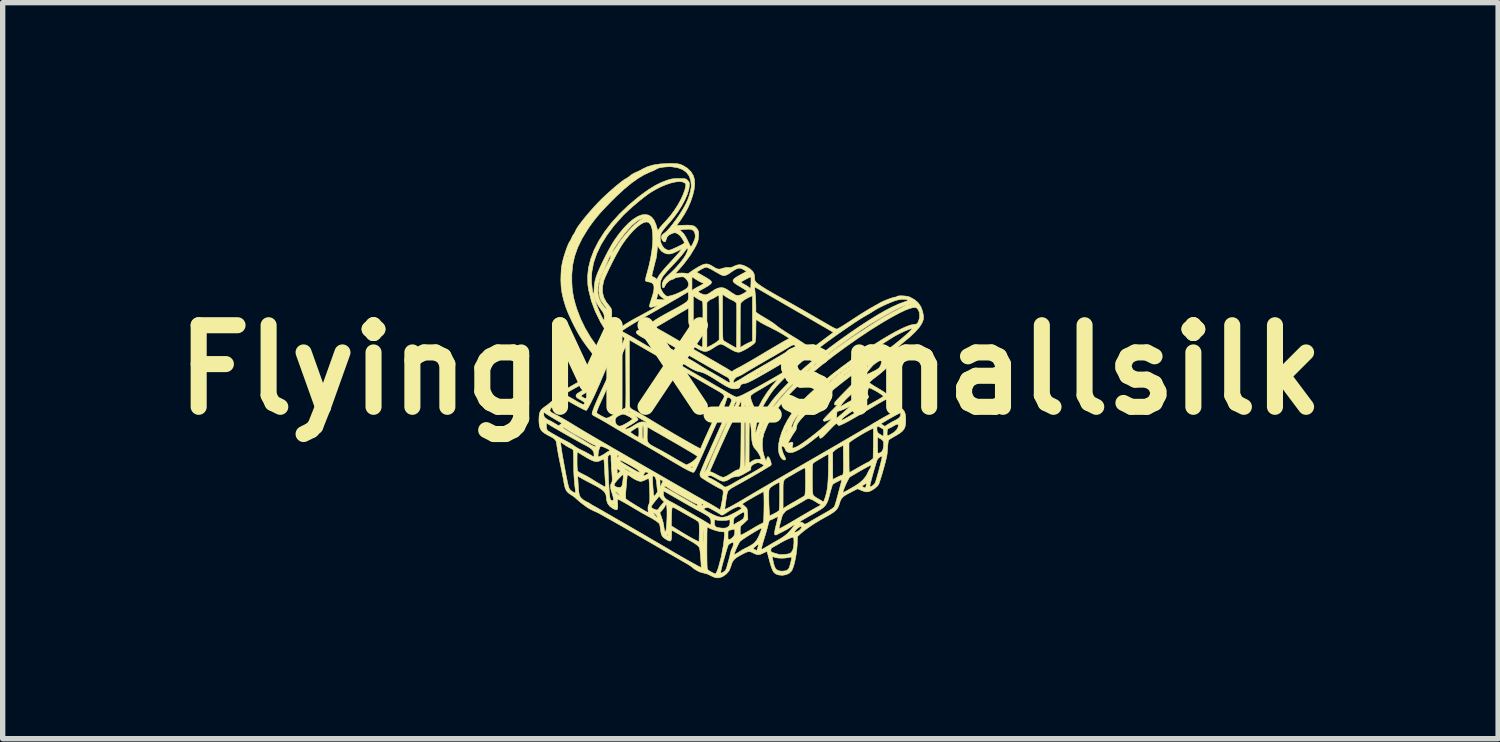
<source format=kicad_pcb>
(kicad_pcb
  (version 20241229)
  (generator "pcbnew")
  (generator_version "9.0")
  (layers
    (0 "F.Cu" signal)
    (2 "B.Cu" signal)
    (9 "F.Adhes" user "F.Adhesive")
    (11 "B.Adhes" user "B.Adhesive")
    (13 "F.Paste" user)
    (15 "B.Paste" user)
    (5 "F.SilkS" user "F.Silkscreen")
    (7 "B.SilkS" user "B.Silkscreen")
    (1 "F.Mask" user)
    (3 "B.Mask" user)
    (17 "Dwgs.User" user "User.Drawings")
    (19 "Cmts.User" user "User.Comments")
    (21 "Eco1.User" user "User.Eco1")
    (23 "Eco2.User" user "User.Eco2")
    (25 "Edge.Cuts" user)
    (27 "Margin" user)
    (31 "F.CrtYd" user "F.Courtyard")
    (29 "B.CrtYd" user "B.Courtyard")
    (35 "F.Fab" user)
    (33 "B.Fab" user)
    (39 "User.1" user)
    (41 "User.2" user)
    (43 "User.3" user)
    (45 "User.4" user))
  (footprint "FlyingMX_smallsilk"
    (layer "F.Cu")
    (at 10.966 3.859)
    (property "Reference" "FlyingMX_smallsilk" (at 0 0 0) (layer "F.SilkS") (effects (font (size 1.524 1.524) (thickness 0.3))))
    (attr through_hole)
    (fp_poly (pts (xy -1.451 -3.854) (xy -1.398 -3.853) (xy -1.359 -3.85) (xy -1.328 -3.844) (xy -1.3 -3.835) (xy -1.27 -3.822) (xy -1.26 -3.818) (xy -1.176 -3.766) (xy -1.109 -3.699) (xy -1.066 -3.628) (xy -1.045 -3.555) (xy -1.041 -3.467) (xy -1.052 -3.367) (xy -1.078 -3.259) (xy -1.117 -3.144) (xy -1.168 -3.027) (xy -1.231 -2.911) (xy -1.304 -2.799) (xy -1.327 -2.768) (xy -1.38 -2.697) (xy -1.239 -2.703) (xy -1.159 -2.704) (xy -1.1 -2.699) (xy -1.056 -2.688) (xy -1.024 -2.667) (xy -0.997 -2.637) (xy -0.989 -2.625) (xy -0.975 -2.597) (xy -0.968 -2.566) (xy -0.967 -2.523) (xy -0.969 -2.495) (xy -0.973 -2.448) (xy -0.981 -2.409) (xy -0.996 -2.368) (xy -1.02 -2.317) (xy -1.035 -2.289) (xy -1.122 -2.144) (xy -1.233 -1.994) (xy -1.322 -1.889) (xy -1.402 -1.8) (xy -1.333 -1.808) (xy -1.283 -1.81) (xy -1.233 -1.808) (xy -1.214 -1.804) (xy -1.181 -1.799) (xy -1.156 -1.804) (xy -1.127 -1.823) (xy -1.123 -1.826) (xy -1.005 -1.826) (xy -0.868 -1.748) (xy -0.801 -1.708) (xy -0.756 -1.678) (xy -0.731 -1.652) (xy -0.726 -1.63) (xy -0.739 -1.609) (xy -0.769 -1.584) (xy -0.791 -1.569) (xy -0.84 -1.54) (xy -0.89 -1.512) (xy -0.919 -1.497) (xy -0.953 -1.479) (xy -0.974 -1.465) (xy -0.978 -1.46) (xy -0.967 -1.451) (xy -0.94 -1.435) (xy -0.915 -1.423) (xy -0.873 -1.407) (xy -0.837 -1.403) (xy -0.8 -1.414) (xy -0.756 -1.44) (xy -0.725 -1.461) (xy -0.664 -1.501) (xy -0.614 -1.525) (xy -0.566 -1.536) (xy -0.543 -1.537) (xy -0.511 -1.534) (xy -0.48 -1.524) (xy -0.443 -1.505) (xy -0.393 -1.472) (xy -0.393 -1.472) (xy -0.348 -1.441) (xy -0.308 -1.416) (xy -0.28 -1.399) (xy -0.273 -1.396) (xy -0.231 -1.389) (xy -0.179 -1.402) (xy -0.123 -1.431) (xy -0.09 -1.452) (xy -0.069 -1.468) (xy -0.065 -1.473) (xy -0.075 -1.482) (xy -0.103 -1.5) (xy -0.144 -1.526) (xy -0.194 -1.556) (xy -0.256 -1.593) (xy -0.299 -1.624) (xy -0.312 -1.638) (xy -0.178 -1.638) (xy -0.167 -1.629) (xy -0.141 -1.613) (xy -0.107 -1.594) (xy -0.066 -1.57) (xy -0.032 -1.546) (xy -0.015 -1.532) (xy -0.005 -1.522) (xy 0.002 -1.523) (xy 0.006 -1.539) (xy 0.008 -1.573) (xy 0.01 -1.619) (xy 0.011 -1.67) (xy 0.011 -1.71) (xy 0.009 -1.733) (xy 0.008 -1.736) (xy -0.005 -1.733) (xy -0.033 -1.721) (xy -0.07 -1.702) (xy -0.109 -1.681) (xy -0.145 -1.661) (xy -0.17 -1.646) (xy -0.178 -1.638) (xy -0.312 -1.638) (xy -0.322 -1.65) (xy -0.325 -1.674) (xy -0.307 -1.7) (xy -0.268 -1.73) (xy -0.207 -1.766) (xy -0.147 -1.799) (xy -0.072 -1.839) (xy -0.115 -1.866) (xy -0.164 -1.892) (xy -0.204 -1.901) (xy -0.243 -1.894) (xy -0.278 -1.878) (xy -0.32 -1.854) (xy -0.358 -1.828) (xy -0.37 -1.819) (xy -0.406 -1.794) (xy -0.447 -1.772) (xy -0.449 -1.772) (xy -0.473 -1.763) (xy -0.495 -1.76) (xy -0.52 -1.764) (xy -0.552 -1.777) (xy -0.595 -1.801) (xy -0.655 -1.835) (xy -0.675 -1.847) (xy -0.726 -1.877) (xy -0.773 -1.9) (xy -0.809 -1.914) (xy -0.825 -1.918) (xy -0.852 -1.911) (xy -0.892 -1.894) (xy -0.932 -1.872) (xy -1.005 -1.826) (xy -1.123 -1.826) (xy -1.119 -1.829) (xy -1.086 -1.853) (xy -1.04 -1.883) (xy -0.988 -1.914) (xy -0.972 -1.924) (xy -0.907 -1.958) (xy -0.856 -1.976) (xy -0.811 -1.98) (xy -0.767 -1.968) (xy -0.717 -1.941) (xy -0.7 -1.93) (xy -0.648 -1.899) (xy -0.607 -1.884) (xy -0.569 -1.883) (xy -0.527 -1.894) (xy -0.513 -1.9) (xy -0.449 -1.914) (xy -0.416 -1.912) (xy -0.377 -1.911) (xy -0.337 -1.922) (xy -0.305 -1.937) (xy -0.247 -1.96) (xy -0.193 -1.966) (xy -0.137 -1.955) (xy -0.079 -1.93) (xy -0.005 -1.885) (xy 0.045 -1.838) (xy 0.071 -1.786) (xy 0.076 -1.747) (xy 0.079 -1.704) (xy 0.085 -1.667) (xy 0.088 -1.66) (xy 0.106 -1.636) (xy 0.148 -1.602) (xy 0.211 -1.558) (xy 0.297 -1.504) (xy 0.404 -1.441) (xy 0.532 -1.368) (xy 0.588 -1.337) (xy 0.68 -1.286) (xy 0.781 -1.229) (xy 0.892 -1.166) (xy 1.017 -1.095) (xy 1.156 -1.015) (xy 1.313 -0.924) (xy 1.49 -0.822) (xy 1.498 -0.817) (xy 1.544 -0.792) (xy 1.583 -0.773) (xy 1.608 -0.763) (xy 1.613 -0.762) (xy 1.63 -0.769) (xy 1.664 -0.787) (xy 1.711 -0.815) (xy 1.767 -0.85) (xy 1.812 -0.879) (xy 1.928 -0.955) (xy 2.025 -1.018) (xy 2.107 -1.07) (xy 2.176 -1.112) (xy 2.234 -1.147) (xy 2.285 -1.176) (xy 2.305 -1.187) (xy 2.351 -1.213) (xy 2.391 -1.235) (xy 2.417 -1.25) (xy 2.419 -1.252) (xy 2.451 -1.269) (xy 2.496 -1.289) (xy 2.549 -1.311) (xy 2.602 -1.331) (xy 2.65 -1.347) (xy 2.685 -1.357) (xy 2.697 -1.359) (xy 2.724 -1.363) (xy 2.737 -1.372) (xy 2.755 -1.38) (xy 2.791 -1.384) (xy 2.838 -1.384) (xy 2.889 -1.38) (xy 2.936 -1.373) (xy 2.974 -1.362) (xy 2.978 -1.36) (xy 3.065 -1.312) (xy 3.132 -1.255) (xy 3.181 -1.185) (xy 3.214 -1.1) (xy 3.234 -1.001) (xy 3.23 -0.94) (xy 3.203 -0.872) (xy 3.153 -0.795) (xy 3.079 -0.712) (xy 2.984 -0.621) (xy 2.9 -0.551) (xy 2.836 -0.498) (xy 2.789 -0.454) (xy 2.756 -0.416) (xy 2.733 -0.377) (xy 2.716 -0.334) (xy 2.709 -0.308) (xy 2.693 -0.257) (xy 2.674 -0.207) (xy 2.664 -0.185) (xy 2.63 -0.132) (xy 2.577 -0.071) (xy 2.508 -0.004) (xy 2.428 0.065) (xy 2.353 0.124) (xy 2.303 0.161) (xy 2.263 0.194) (xy 2.235 0.219) (xy 2.223 0.234) (xy 2.223 0.235) (xy 2.233 0.247) (xy 2.261 0.268) (xy 2.301 0.295) (xy 2.33 0.312) (xy 2.408 0.358) (xy 2.468 0.395) (xy 2.515 0.427) (xy 2.553 0.457) (xy 2.586 0.488) (xy 2.62 0.524) (xy 2.641 0.549) (xy 2.685 0.598) (xy 2.733 0.645) (xy 2.776 0.682) (xy 2.792 0.693) (xy 2.839 0.73) (xy 2.87 0.768) (xy 2.89 0.816) (xy 2.899 0.877) (xy 2.901 0.94) (xy 2.898 1.009) (xy 2.888 1.063) (xy 2.867 1.108) (xy 2.833 1.148) (xy 2.781 1.188) (xy 2.71 1.231) (xy 2.69 1.242) (xy 2.645 1.268) (xy 2.608 1.291) (xy 2.585 1.307) (xy 2.582 1.31) (xy 2.576 1.329) (xy 2.57 1.368) (xy 2.565 1.42) (xy 2.562 1.467) (xy 2.558 1.521) (xy 2.553 1.571) (xy 2.544 1.622) (xy 2.531 1.679) (xy 2.513 1.75) (xy 2.489 1.838) (xy 2.484 1.854) (xy 2.462 1.932) (xy 2.44 2.004) (xy 2.421 2.065) (xy 2.405 2.111) (xy 2.395 2.138) (xy 2.394 2.14) (xy 2.368 2.173) (xy 2.326 2.21) (xy 2.277 2.243) (xy 2.228 2.267) (xy 2.213 2.273) (xy 2.18 2.278) (xy 2.144 2.275) (xy 2.099 2.261) (xy 2.052 2.242) (xy 2.002 2.22) (xy 1.887 2.278) (xy 1.814 2.316) (xy 1.76 2.348) (xy 1.722 2.379) (xy 1.696 2.412) (xy 1.677 2.451) (xy 1.663 2.496) (xy 1.646 2.547) (xy 1.623 2.59) (xy 1.59 2.628) (xy 1.544 2.664) (xy 1.481 2.704) (xy 1.425 2.735) (xy 1.318 2.795) (xy 1.214 2.857) (xy 1.119 2.919) (xy 1.037 2.977) (xy 0.972 3.028) (xy 0.96 3.038) (xy 0.88 3.11) (xy 0.873 3.273) (xy 0.866 3.357) (xy 0.854 3.447) (xy 0.838 3.535) (xy 0.82 3.616) (xy 0.799 3.686) (xy 0.778 3.738) (xy 0.769 3.753) (xy 0.727 3.796) (xy 0.669 3.824) (xy 0.602 3.836) (xy 0.532 3.831) (xy 0.489 3.817) (xy 0.46 3.801) (xy 0.436 3.778) (xy 0.415 3.743) (xy 0.395 3.694) (xy 0.373 3.626) (xy 0.355 3.559) (xy 0.339 3.498) (xy 0.336 3.488) (xy 0.408 3.488) (xy 0.409 3.5) (xy 0.41 3.508) (xy 0.416 3.536) (xy 0.425 3.578) (xy 0.432 3.612) (xy 0.452 3.68) (xy 0.483 3.726) (xy 0.526 3.751) (xy 0.583 3.759) (xy 0.627 3.756) (xy 0.666 3.749) (xy 0.678 3.745) (xy 0.707 3.722) (xy 0.723 3.697) (xy 0.734 3.664) (xy 0.746 3.622) (xy 0.757 3.577) (xy 0.766 3.536) (xy 0.771 3.507) (xy 0.771 3.497) (xy 0.756 3.496) (xy 0.726 3.501) (xy 0.71 3.504) (xy 0.646 3.514) (xy 0.578 3.517) (xy 0.512 3.513) (xy 0.46 3.503) (xy 0.449 3.499) (xy 0.42 3.488) (xy 0.408 3.488) (xy 0.336 3.488) (xy 0.326 3.448) (xy 0.315 3.411) (xy 0.31 3.393) (xy 0.31 3.393) (xy 0.297 3.395) (xy 0.269 3.407) (xy 0.239 3.421) (xy 0.188 3.444) (xy 0.148 3.452) (xy 0.111 3.446) (xy 0.065 3.426) (xy 0.058 3.423) (xy 0.016 3.402) (xy -0.018 3.394) (xy -0.052 3.397) (xy -0.095 3.413) (xy -0.131 3.431) (xy -0.207 3.471) (xy -0.264 3.507) (xy -0.305 3.542) (xy -0.333 3.581) (xy -0.353 3.627) (xy -0.368 3.679) (xy -0.397 3.749) (xy -0.448 3.81) (xy -0.517 3.859) (xy -0.521 3.861) (xy -0.586 3.883) (xy -0.65 3.882) (xy -0.715 3.856) (xy -0.73 3.847) (xy -0.802 3.813) (xy -0.863 3.797) (xy -0.956 3.771) (xy -1.044 3.721) (xy -1.076 3.695) (xy -1.113 3.666) (xy -1.158 3.636) (xy -1.171 3.628) (xy -1.191 3.617) (xy -1.231 3.594) (xy -1.289 3.56) (xy -1.364 3.517) (xy -1.452 3.466) (xy -1.554 3.408) (xy -1.666 3.343) (xy -1.786 3.273) (xy -1.913 3.2) (xy -2.012 3.143) (xy -2.143 3.068) (xy -2.269 2.995) (xy -2.387 2.927) (xy -2.497 2.865) (xy -2.596 2.809) (xy -2.682 2.76) (xy -2.753 2.72) (xy -2.807 2.69) (xy -2.843 2.671) (xy -2.856 2.664) (xy -2.929 2.632) (xy -2.986 2.604) (xy -3.034 2.577) (xy -3.08 2.545) (xy -3.131 2.507) (xy -3.177 2.471) (xy -3.217 2.437) (xy -3.247 2.411) (xy -3.257 2.401) (xy -3.281 2.38) (xy -3.318 2.353) (xy -3.354 2.33) (xy -3.397 2.3) (xy -3.429 2.268) (xy -3.452 2.228) (xy -3.469 2.176) (xy -3.483 2.104) (xy -3.486 2.086) (xy -3.495 2.037) (xy -3.508 1.969) (xy -3.524 1.89) (xy -3.541 1.805) (xy -3.556 1.734) (xy -3.573 1.652) (xy -3.589 1.572) (xy -3.601 1.5) (xy -3.611 1.442) (xy -3.616 1.406) (xy -3.622 1.359) (xy -3.626 1.345) (xy -3.546 1.345) (xy -3.538 1.425) (xy -3.533 1.462) (xy -3.524 1.519) (xy -3.512 1.592) (xy -3.497 1.675) (xy -3.481 1.765) (xy -3.464 1.856) (xy -3.448 1.944) (xy -3.432 2.024) (xy -3.418 2.091) (xy -3.409 2.132) (xy -3.395 2.187) (xy -3.38 2.223) (xy -3.358 2.249) (xy -3.325 2.273) (xy -3.321 2.275) (xy -3.288 2.294) (xy -3.271 2.294) (xy -3.267 2.275) (xy -3.27 2.245) (xy -3.285 2.122) (xy -3.294 2.004) (xy -3.296 1.98) (xy -3.227 1.98) (xy -3.219 2.098) (xy -3.214 2.184) (xy -3.209 2.249) (xy -3.203 2.296) (xy -3.196 2.33) (xy -3.188 2.355) (xy -3.176 2.374) (xy -3.162 2.392) (xy -3.126 2.424) (xy -3.082 2.452) (xy -3.071 2.458) (xy -3.033 2.476) (xy -3.003 2.493) (xy -2.996 2.498) (xy -2.973 2.514) (xy -2.938 2.534) (xy -2.92 2.544) (xy -2.897 2.556) (xy -2.855 2.58) (xy -2.796 2.614) (xy -2.721 2.657) (xy -2.634 2.707) (xy -2.536 2.764) (xy -2.43 2.825) (xy -2.318 2.889) (xy -2.203 2.956) (xy -2.086 3.024) (xy -1.97 3.091) (xy -1.858 3.157) (xy -1.751 3.219) (xy -1.653 3.276) (xy -1.564 3.328) (xy -1.488 3.373) (xy -1.429 3.408) (xy -1.364 3.446) (xy -1.294 3.486) (xy -1.221 3.528) (xy -1.149 3.569) (xy -1.081 3.606) (xy -1.021 3.639) (xy -0.972 3.666) (xy -0.937 3.683) (xy -0.92 3.691) (xy -0.919 3.691) (xy -0.92 3.678) (xy -0.921 3.645) (xy -0.924 3.596) (xy -0.928 3.535) (xy -0.93 3.512) (xy -0.936 3.433) (xy -0.942 3.376) (xy -0.949 3.337) (xy -0.954 3.325) (xy -0.813 3.325) (xy -0.813 3.436) (xy -0.812 3.524) (xy -0.811 3.593) (xy -0.81 3.644) (xy -0.808 3.681) (xy -0.805 3.706) (xy -0.801 3.722) (xy -0.795 3.732) (xy -0.791 3.737) (xy -0.764 3.756) (xy -0.727 3.777) (xy -0.69 3.796) (xy -0.66 3.808) (xy -0.651 3.809) (xy -0.641 3.798) (xy -0.635 3.785) (xy -0.556 3.785) (xy -0.549 3.795) (xy -0.527 3.788) (xy -0.499 3.772) (xy -0.465 3.742) (xy -0.445 3.697) (xy -0.444 3.693) (xy -0.433 3.651) (xy -0.418 3.598) (xy -0.406 3.556) (xy -0.392 3.504) (xy -0.38 3.454) (xy -0.38 3.45) (xy -0.305 3.45) (xy -0.295 3.448) (xy -0.27 3.435) (xy -0.235 3.414) (xy -0.195 3.389) (xy -0.176 3.376) (xy -0.147 3.358) (xy -0.106 3.337) (xy 0.046 3.337) (xy 0.083 3.356) (xy 0.121 3.376) (xy 0.124 3.365) (xy 0.381 3.365) (xy 0.383 3.387) (xy 0.393 3.401) (xy 0.416 3.412) (xy 0.454 3.423) (xy 0.495 3.435) (xy 0.527 3.444) (xy 0.54 3.448) (xy 0.558 3.45) (xy 0.594 3.449) (xy 0.64 3.446) (xy 0.641 3.446) (xy 0.699 3.439) (xy 0.737 3.427) (xy 0.759 3.413) (xy 0.787 3.374) (xy 0.805 3.317) (xy 0.812 3.239) (xy 0.813 3.21) (xy 0.811 3.159) (xy 0.805 3.132) (xy 0.797 3.125) (xy 0.769 3.131) (xy 0.725 3.148) (xy 0.671 3.172) (xy 0.612 3.202) (xy 0.554 3.234) (xy 0.545 3.24) (xy 0.497 3.268) (xy 0.454 3.292) (xy 0.422 3.309) (xy 0.416 3.312) (xy 0.389 3.33) (xy 0.381 3.36) (xy 0.381 3.365) (xy 0.124 3.365) (xy 0.133 3.335) (xy 0.207 3.335) (xy 0.207 3.349) (xy 0.212 3.352) (xy 0.227 3.346) (xy 0.257 3.329) (xy 0.292 3.309) (xy 0.338 3.281) (xy 0.395 3.247) (xy 0.451 3.215) (xy 0.457 3.212) (xy 0.537 3.166) (xy 0.598 3.128) (xy 0.646 3.094) (xy 0.686 3.061) (xy 0.721 3.025) (xy 0.823 3.025) (xy 0.828 3.034) (xy 0.852 3.029) (xy 0.884 3.015) (xy 0.912 2.997) (xy 0.936 2.973) (xy 0.953 2.948) (xy 0.959 2.929) (xy 0.951 2.921) (xy 0.95 2.921) (xy 0.922 2.93) (xy 0.887 2.953) (xy 0.852 2.984) (xy 0.838 3.001) (xy 0.823 3.025) (xy 0.721 3.025) (xy 0.722 3.024) (xy 0.76 2.98) (xy 0.762 2.978) (xy 0.798 2.933) (xy 0.819 2.905) (xy 0.826 2.893) (xy 0.821 2.892) (xy 0.804 2.901) (xy 0.792 2.908) (xy 0.753 2.933) (xy 0.716 2.957) (xy 0.709 2.962) (xy 0.678 2.981) (xy 0.635 3.004) (xy 0.607 3.018) (xy 0.563 3.04) (xy 0.523 3.061) (xy 0.505 3.071) (xy 0.478 3.084) (xy 0.46 3.081) (xy 0.455 3.076) (xy 0.45 3.066) (xy 0.45 3.047) (xy 0.454 3.016) (xy 0.463 2.97) (xy 0.464 2.967) (xy 0.533 2.967) (xy 0.543 2.965) (xy 0.573 2.95) (xy 0.622 2.923) (xy 0.692 2.884) (xy 0.766 2.841) (xy 0.92 2.841) (xy 0.928 2.844) (xy 0.941 2.844) (xy 0.973 2.852) (xy 0.991 2.864) (xy 1.003 2.876) (xy 1.017 2.881) (xy 1.038 2.875) (xy 1.07 2.859) (xy 1.118 2.831) (xy 1.122 2.828) (xy 1.167 2.802) (xy 1.228 2.767) (xy 1.296 2.728) (xy 1.365 2.689) (xy 1.382 2.679) (xy 1.462 2.633) (xy 1.52 2.596) (xy 1.556 2.567) (xy 1.568 2.553) (xy 1.578 2.527) (xy 1.592 2.484) (xy 1.608 2.43) (xy 1.619 2.388) (xy 1.638 2.318) (xy 1.646 2.286) (xy 1.729 2.286) (xy 1.733 2.288) (xy 1.745 2.285) (xy 1.767 2.274) (xy 1.802 2.255) (xy 1.853 2.226) (xy 1.922 2.186) (xy 1.953 2.169) (xy 2.081 2.169) (xy 2.109 2.189) (xy 2.136 2.203) (xy 2.151 2.196) (xy 2.159 2.173) (xy 2.231 2.173) (xy 2.24 2.183) (xy 2.264 2.174) (xy 2.281 2.163) (xy 2.311 2.136) (xy 2.33 2.109) (xy 2.338 2.088) (xy 2.35 2.048) (xy 2.366 1.994) (xy 2.383 1.932) (xy 2.402 1.865) (xy 2.419 1.798) (xy 2.435 1.735) (xy 2.448 1.682) (xy 2.457 1.642) (xy 2.46 1.62) (xy 2.46 1.617) (xy 2.443 1.616) (xy 2.417 1.628) (xy 2.39 1.648) (xy 2.371 1.672) (xy 2.371 1.673) (xy 2.362 1.695) (xy 2.348 1.737) (xy 2.331 1.794) (xy 2.311 1.86) (xy 2.291 1.931) (xy 2.271 2.002) (xy 2.254 2.068) (xy 2.239 2.123) (xy 2.235 2.143) (xy 2.231 2.173) (xy 2.159 2.173) (xy 2.16 2.168) (xy 2.162 2.159) (xy 2.165 2.132) (xy 2.164 2.121) (xy 2.163 2.121) (xy 2.151 2.127) (xy 2.126 2.141) (xy 2.12 2.145) (xy 2.081 2.169) (xy 1.953 2.169) (xy 1.954 2.168) (xy 2.033 2.115) (xy 2.102 2.054) (xy 2.155 1.99) (xy 2.181 1.944) (xy 2.2 1.903) (xy 2.218 1.869) (xy 2.228 1.854) (xy 2.244 1.827) (xy 2.253 1.801) (xy 2.254 1.789) (xy 2.251 1.783) (xy 2.24 1.785) (xy 2.217 1.794) (xy 2.181 1.813) (xy 2.128 1.842) (xy 2.073 1.873) (xy 2.009 1.91) (xy 1.951 1.944) (xy 1.904 1.972) (xy 1.871 1.991) (xy 1.859 1.999) (xy 1.843 2.018) (xy 1.822 2.055) (xy 1.798 2.103) (xy 1.773 2.157) (xy 1.752 2.21) (xy 1.736 2.255) (xy 1.732 2.269) (xy 1.729 2.279) (xy 1.729 2.286) (xy 1.646 2.286) (xy 1.658 2.243) (xy 1.676 2.175) (xy 1.683 2.149) (xy 1.695 2.102) (xy 1.703 2.067) (xy 1.705 2.049) (xy 1.704 2.048) (xy 1.689 2.055) (xy 1.658 2.07) (xy 1.624 2.087) (xy 1.583 2.108) (xy 1.552 2.127) (xy 1.538 2.138) (xy 1.529 2.157) (xy 1.517 2.194) (xy 1.502 2.246) (xy 1.486 2.303) (xy 1.465 2.384) (xy 1.445 2.448) (xy 1.422 2.497) (xy 1.394 2.538) (xy 1.357 2.574) (xy 1.306 2.61) (xy 1.239 2.65) (xy 1.188 2.679) (xy 1.123 2.716) (xy 1.062 2.751) (xy 1.009 2.782) (xy 0.971 2.804) (xy 0.959 2.812) (xy 0.929 2.831) (xy 0.92 2.841) (xy 0.766 2.841) (xy 0.783 2.831) (xy 0.894 2.765) (xy 0.94 2.738) (xy 1.015 2.694) (xy 1.089 2.651) (xy 1.156 2.612) (xy 1.211 2.581) (xy 1.25 2.559) (xy 1.256 2.557) (xy 1.292 2.537) (xy 1.314 2.522) (xy 1.319 2.515) (xy 1.317 2.515) (xy 1.298 2.508) (xy 1.264 2.49) (xy 1.225 2.466) (xy 1.224 2.465) (xy 1.161 2.428) (xy 1.111 2.408) (xy 1.071 2.406) (xy 1.035 2.42) (xy 1.032 2.423) (xy 1.005 2.44) (xy 0.963 2.465) (xy 0.913 2.494) (xy 0.859 2.525) (xy 0.805 2.556) (xy 0.756 2.582) (xy 0.718 2.603) (xy 0.694 2.614) (xy 0.689 2.616) (xy 0.672 2.625) (xy 0.648 2.648) (xy 0.623 2.678) (xy 0.602 2.707) (xy 0.599 2.714) (xy 0.591 2.735) (xy 0.58 2.773) (xy 0.567 2.821) (xy 0.554 2.872) (xy 0.543 2.918) (xy 0.535 2.953) (xy 0.533 2.967) (xy 0.464 2.967) (xy 0.477 2.908) (xy 0.498 2.826) (xy 0.518 2.747) (xy 0.51 2.744) (xy 0.486 2.752) (xy 0.45 2.769) (xy 0.411 2.789) (xy 0.379 2.802) (xy 0.363 2.807) (xy 0.353 2.818) (xy 0.341 2.848) (xy 0.332 2.884) (xy 0.322 2.927) (xy 0.306 2.986) (xy 0.287 3.054) (xy 0.267 3.117) (xy 0.241 3.202) (xy 0.223 3.264) (xy 0.212 3.308) (xy 0.207 3.335) (xy 0.133 3.335) (xy 0.137 3.323) (xy 0.146 3.289) (xy 0.15 3.265) (xy 0.149 3.261) (xy 0.139 3.263) (xy 0.115 3.279) (xy 0.096 3.294) (xy 0.046 3.337) (xy -0.106 3.337) (xy -0.104 3.336) (xy -0.065 3.316) (xy 0.011 3.276) (xy 0.068 3.235) (xy 0.112 3.186) (xy 0.148 3.124) (xy 0.171 3.072) (xy 0.19 3.023) (xy 0.204 2.983) (xy 0.212 2.958) (xy 0.213 2.952) (xy 0.2 2.956) (xy 0.17 2.971) (xy 0.127 2.995) (xy 0.075 3.026) (xy 0.019 3.06) (xy -0.039 3.096) (xy -0.093 3.131) (xy -0.139 3.162) (xy -0.174 3.187) (xy -0.193 3.203) (xy -0.194 3.203) (xy -0.21 3.228) (xy -0.231 3.268) (xy -0.254 3.316) (xy -0.276 3.365) (xy -0.293 3.409) (xy -0.303 3.441) (xy -0.305 3.45) (xy -0.38 3.45) (xy -0.374 3.423) (xy -0.362 3.377) (xy -0.343 3.333) (xy -0.341 3.33) (xy -0.325 3.292) (xy -0.318 3.255) (xy -0.318 3.252) (xy -0.319 3.228) (xy -0.329 3.221) (xy -0.354 3.229) (xy -0.357 3.23) (xy -0.39 3.248) (xy -0.413 3.27) (xy -0.421 3.289) (xy -0.434 3.328) (xy -0.45 3.382) (xy -0.469 3.446) (xy -0.489 3.516) (xy -0.509 3.585) (xy -0.527 3.651) (xy -0.541 3.708) (xy -0.551 3.751) (xy -0.552 3.756) (xy -0.556 3.785) (xy -0.635 3.785) (xy -0.627 3.768) (xy -0.609 3.724) (xy -0.599 3.693) (xy -0.544 3.489) (xy -0.506 3.281) (xy -0.496 3.202) (xy -0.489 3.132) (xy -0.485 3.088) (xy -0.419 3.088) (xy -0.419 3.134) (xy -0.416 3.16) (xy -0.41 3.17) (xy -0.398 3.17) (xy -0.391 3.169) (xy -0.363 3.154) (xy -0.332 3.129) (xy -0.327 3.123) (xy -0.303 3.09) (xy -0.293 3.053) (xy -0.292 3.027) (xy -0.293 3.003) (xy -0.191 3.003) (xy -0.19 3.046) (xy -0.187 3.075) (xy -0.184 3.086) (xy -0.169 3.081) (xy -0.141 3.068) (xy -0.129 3.062) (xy -0.1 3.046) (xy -0.055 3.02) (xy -0.000178 2.988) (xy 0.058 2.954) (xy 0.058 2.954) (xy 0.111 2.922) (xy 0.158 2.896) (xy 0.193 2.878) (xy 0.211 2.87) (xy 0.212 2.87) (xy 0.23 2.86) (xy 0.241 2.846) (xy 0.245 2.827) (xy 0.248 2.789) (xy 0.25 2.735) (xy 0.252 2.67) (xy 0.253 2.599) (xy 0.254 2.525) (xy 0.254 2.453) (xy 0.253 2.388) (xy 0.253 2.374) (xy 0.343 2.374) (xy 0.344 2.446) (xy 0.346 2.522) (xy 0.349 2.59) (xy 0.351 2.624) (xy 0.359 2.726) (xy 0.442 2.685) (xy 0.484 2.662) (xy 0.517 2.641) (xy 0.535 2.627) (xy 0.535 2.626) (xy 0.538 2.609) (xy 0.541 2.571) (xy 0.544 2.515) (xy 0.545 2.446) (xy 0.546 2.368) (xy 0.546 2.352) (xy 0.546 2.282) (xy 0.61 2.282) (xy 0.61 2.333) (xy 0.61 2.592) (xy 0.645 2.567) (xy 0.668 2.552) (xy 0.709 2.527) (xy 0.761 2.496) (xy 0.821 2.462) (xy 0.838 2.453) (xy 0.896 2.419) (xy 0.947 2.39) (xy 0.986 2.367) (xy 1.009 2.352) (xy 1.013 2.349) (xy 1.018 2.333) (xy 1.022 2.297) (xy 1.025 2.246) (xy 1.028 2.183) (xy 1.029 2.115) (xy 1.029 2.045) (xy 1.029 2.018) (xy 1.156 2.018) (xy 1.156 2.031) (xy 1.157 2.136) (xy 1.158 2.218) (xy 1.162 2.278) (xy 1.166 2.317) (xy 1.172 2.336) (xy 1.191 2.358) (xy 1.226 2.384) (xy 1.256 2.402) (xy 1.295 2.423) (xy 1.325 2.441) (xy 1.338 2.451) (xy 1.355 2.462) (xy 1.369 2.455) (xy 1.382 2.426) (xy 1.385 2.416) (xy 1.406 2.35) (xy 1.422 2.288) (xy 1.434 2.225) (xy 1.443 2.156) (xy 1.449 2.076) (xy 1.454 1.98) (xy 1.457 1.87) (xy 1.458 1.787) (xy 1.459 1.712) (xy 1.459 1.65) (xy 1.458 1.605) (xy 1.456 1.579) (xy 1.455 1.575) (xy 1.44 1.581) (xy 1.409 1.597) (xy 1.367 1.621) (xy 1.32 1.649) (xy 1.272 1.677) (xy 1.228 1.704) (xy 1.195 1.725) (xy 1.178 1.737) (xy 1.171 1.746) (xy 1.165 1.759) (xy 1.161 1.781) (xy 1.158 1.815) (xy 1.157 1.863) (xy 1.156 1.93) (xy 1.156 2.018) (xy 1.029 2.018) (xy 1.029 1.977) (xy 1.027 1.918) (xy 1.025 1.87) (xy 1.021 1.839) (xy 1.016 1.829) (xy 1.001 1.835) (xy 0.969 1.851) (xy 0.925 1.875) (xy 0.886 1.897) (xy 0.831 1.929) (xy 0.779 1.959) (xy 0.736 1.984) (xy 0.718 1.994) (xy 0.682 2.015) (xy 0.656 2.032) (xy 0.637 2.049) (xy 0.624 2.072) (xy 0.616 2.102) (xy 0.611 2.145) (xy 0.61 2.204) (xy 0.61 2.282) (xy 0.546 2.282) (xy 0.546 2.095) (xy 0.479 2.128) (xy 0.435 2.153) (xy 0.395 2.18) (xy 0.378 2.194) (xy 0.363 2.21) (xy 0.353 2.225) (xy 0.347 2.245) (xy 0.344 2.277) (xy 0.343 2.324) (xy 0.343 2.374) (xy 0.253 2.374) (xy 0.252 2.334) (xy 0.249 2.295) (xy 0.246 2.275) (xy 0.245 2.273) (xy 0.231 2.279) (xy 0.2 2.296) (xy 0.156 2.32) (xy 0.104 2.349) (xy 0.048 2.381) (xy -0.006 2.412) (xy -0.056 2.441) (xy -0.095 2.465) (xy -0.118 2.48) (xy -0.154 2.505) (xy -0.106 2.546) (xy -0.082 2.568) (xy -0.067 2.587) (xy -0.059 2.611) (xy -0.055 2.647) (xy -0.053 2.691) (xy -0.048 2.794) (xy -0.091 2.835) (xy -0.124 2.866) (xy -0.155 2.892) (xy -0.163 2.899) (xy -0.178 2.915) (xy -0.187 2.937) (xy -0.19 2.973) (xy -0.191 3.003) (xy -0.293 3.003) (xy -0.293 2.992) (xy -0.298 2.976) (xy -0.311 2.975) (xy -0.321 2.978) (xy -0.356 2.987) (xy -0.384 2.993) (xy -0.402 2.998) (xy -0.413 3.008) (xy -0.418 3.028) (xy -0.419 3.064) (xy -0.419 3.088) (xy -0.485 3.088) (xy -0.485 3.082) (xy -0.484 3.051) (xy -0.488 3.033) (xy -0.498 3.025) (xy -0.513 3.023) (xy -0.534 3.023) (xy -0.579 3.017) (xy -0.636 3.004) (xy -0.695 2.985) (xy -0.747 2.965) (xy -0.771 2.952) (xy -0.794 2.938) (xy -0.806 2.934) (xy -0.808 2.946) (xy -0.809 2.98) (xy -0.811 3.034) (xy -0.812 3.104) (xy -0.812 3.187) (xy -0.813 3.281) (xy -0.813 3.325) (xy -0.954 3.325) (xy -0.959 3.311) (xy -0.964 3.302) (xy -0.985 3.281) (xy -1.022 3.254) (xy -1.068 3.223) (xy -1.087 3.212) (xy -1.191 3.152) (xy -1.275 3.103) (xy -1.341 3.065) (xy -1.391 3.037) (xy -1.426 3.017) (xy -1.449 3.005) (xy -1.462 2.998) (xy -1.466 2.997) (xy -1.469 3.009) (xy -1.472 3.04) (xy -1.473 3.084) (xy -1.473 3.093) (xy -1.475 3.15) (xy -1.483 3.184) (xy -1.499 3.197) (xy -1.526 3.192) (xy -1.565 3.171) (xy -1.613 3.14) (xy -1.644 3.109) (xy -1.658 3.081) (xy -1.558 3.081) (xy -1.556 3.086) (xy -1.544 3.098) (xy -1.542 3.099) (xy -1.537 3.089) (xy -1.537 3.086) (xy -1.546 3.074) (xy -1.55 3.073) (xy -1.558 3.081) (xy -1.658 3.081) (xy -1.663 3.071) (xy -1.675 3.017) (xy -1.677 2.996) (xy -1.684 2.947) (xy -1.691 2.906) (xy -1.696 2.882) (xy -1.696 2.881) (xy -1.712 2.861) (xy -1.746 2.833) (xy -1.794 2.8) (xy -1.852 2.765) (xy -1.905 2.737) (xy -1.939 2.719) (xy -1.99 2.69) (xy -2.028 2.669) (xy -1.809 2.669) (xy -1.807 2.682) (xy -1.791 2.707) (xy -1.784 2.716) (xy -1.758 2.745) (xy -1.745 2.755) (xy -1.74 2.748) (xy -1.74 2.744) (xy -1.747 2.726) (xy -1.765 2.703) (xy -1.786 2.682) (xy -1.803 2.669) (xy -1.809 2.669) (xy -2.028 2.669) (xy -2.031 2.667) (xy -1.692 2.667) (xy -1.66 2.754) (xy -1.642 2.808) (xy -1.627 2.863) (xy -1.62 2.903) (xy -1.612 2.96) (xy -1.605 2.996) (xy -1.599 3.014) (xy -1.591 3.017) (xy -1.584 3.011) (xy -1.576 2.991) (xy -1.57 2.949) (xy -1.567 2.912) (xy -1.478 2.912) (xy -1.313 3.014) (xy -1.246 3.055) (xy -1.178 3.095) (xy -1.115 3.131) (xy -1.064 3.159) (xy -1.054 3.164) (xy -0.959 3.212) (xy -0.957 3.105) (xy -0.884 3.105) (xy -0.884 3.163) (xy -0.883 3.203) (xy -0.882 3.223) (xy -0.881 3.221) (xy -0.88 3.204) (xy -0.878 3.142) (xy -0.878 3.071) (xy -0.88 3.014) (xy -0.881 2.992) (xy -0.882 2.993) (xy -0.883 3.017) (xy -0.884 3.06) (xy -0.884 3.105) (xy -0.957 3.105) (xy -0.955 3.041) (xy -0.955 2.976) (xy -0.956 2.918) (xy -0.959 2.874) (xy -0.963 2.849) (xy -0.964 2.847) (xy -0.981 2.829) (xy -1.014 2.806) (xy -1.05 2.784) (xy -1.089 2.763) (xy -1.142 2.733) (xy -1.205 2.697) (xy -1.271 2.66) (xy -1.289 2.649) (xy -1.353 2.613) (xy -1.398 2.588) (xy -1.429 2.573) (xy -1.447 2.568) (xy -1.458 2.57) (xy -1.463 2.577) (xy -1.466 2.599) (xy -1.47 2.639) (xy -1.473 2.694) (xy -1.474 2.756) (xy -1.478 2.912) (xy -1.567 2.912) (xy -1.565 2.886) (xy -1.561 2.822) (xy -1.558 2.725) (xy -1.558 2.644) (xy -1.56 2.581) (xy -1.565 2.537) (xy -1.573 2.516) (xy -1.576 2.515) (xy -1.587 2.525) (xy -1.594 2.541) (xy -1.608 2.566) (xy -1.632 2.599) (xy -1.647 2.618) (xy -1.692 2.667) (xy -2.031 2.667) (xy -2.052 2.655) (xy -2.12 2.615) (xy -2.172 2.585) (xy -2.265 2.529) (xy -2.344 2.484) (xy -2.407 2.449) (xy -2.451 2.425) (xy -2.476 2.414) (xy -2.48 2.413) (xy -2.482 2.425) (xy -2.482 2.455) (xy -2.48 2.499) (xy -2.479 2.508) (xy -2.478 2.565) (xy -2.483 2.599) (xy -2.498 2.613) (xy -2.525 2.609) (xy -2.561 2.593) (xy -2.626 2.548) (xy -2.657 2.506) (xy -2.574 2.506) (xy -2.572 2.514) (xy -2.565 2.515) (xy -2.555 2.51) (xy -2.557 2.506) (xy -2.572 2.505) (xy -2.574 2.506) (xy -2.657 2.506) (xy -2.668 2.492) (xy -2.689 2.421) (xy -2.692 2.378) (xy -2.697 2.339) (xy -2.711 2.303) (xy -2.737 2.268) (xy -2.779 2.233) (xy -2.837 2.194) (xy -2.915 2.151) (xy -2.996 2.109) (xy -3.054 2.079) (xy -3.109 2.05) (xy -3.154 2.025) (xy -3.178 2.011) (xy -3.227 1.98) (xy -3.296 1.98) (xy -3.3 1.88) (xy -3.302 1.741) (xy -3.302 1.734) (xy -3.302 1.687) (xy -3.238 1.687) (xy -3.238 1.697) (xy -3.238 1.762) (xy -3.236 1.819) (xy -3.233 1.862) (xy -3.229 1.887) (xy -3.228 1.889) (xy -3.212 1.902) (xy -3.18 1.922) (xy -3.137 1.944) (xy -3.127 1.949) (xy -3.07 1.978) (xy -3.01 2.011) (xy -2.963 2.04) (xy -2.903 2.078) (xy -2.845 2.113) (xy -2.792 2.144) (xy -2.75 2.168) (xy -2.722 2.182) (xy -2.713 2.184) (xy -2.708 2.173) (xy -2.707 2.142) (xy -2.709 2.099) (xy -2.709 2.099) (xy -2.713 2.053) (xy -2.717 1.989) (xy -2.721 1.917) (xy -2.725 1.843) (xy -2.725 1.838) (xy -2.729 1.775) (xy -2.732 1.722) (xy -2.736 1.684) (xy -2.737 1.673) (xy -2.663 1.673) (xy -2.662 1.73) (xy -2.66 1.8) (xy -2.657 1.879) (xy -2.654 1.963) (xy -2.65 2.048) (xy -2.645 2.129) (xy -2.641 2.203) (xy -2.637 2.266) (xy -2.634 2.292) (xy -2.628 2.355) (xy -2.622 2.397) (xy -2.614 2.422) (xy -2.604 2.434) (xy -2.589 2.438) (xy -2.583 2.438) (xy -2.563 2.436) (xy -2.556 2.425) (xy -2.559 2.397) (xy -2.56 2.391) (xy -2.565 2.372) (xy -2.332 2.372) (xy -2.328 2.404) (xy -2.326 2.408) (xy -2.314 2.419) (xy -2.283 2.44) (xy -2.239 2.469) (xy -2.186 2.502) (xy -2.128 2.538) (xy -2.068 2.574) (xy -2.013 2.608) (xy -1.965 2.636) (xy -1.928 2.656) (xy -1.908 2.666) (xy -1.908 2.655) (xy -1.911 2.628) (xy -1.913 2.616) (xy -1.913 2.558) (xy -1.912 2.557) (xy -1.854 2.557) (xy -1.843 2.575) (xy -1.817 2.593) (xy -1.783 2.608) (xy -1.752 2.616) (xy -1.737 2.614) (xy -1.718 2.6) (xy -1.714 2.592) (xy -1.707 2.578) (xy -1.686 2.551) (xy -1.662 2.522) (xy -1.61 2.463) (xy -1.641 2.434) (xy -1.668 2.406) (xy -1.687 2.381) (xy -1.699 2.364) (xy -1.709 2.366) (xy -1.724 2.383) (xy -1.782 2.453) (xy -1.823 2.506) (xy -1.847 2.541) (xy -1.854 2.557) (xy -1.912 2.557) (xy -1.898 2.514) (xy -1.89 2.492) (xy -1.884 2.468) (xy -1.881 2.436) (xy -1.88 2.392) (xy -1.88 2.332) (xy -1.883 2.255) (xy -1.886 2.185) (xy -1.889 2.122) (xy -1.892 2.074) (xy -1.896 2.042) (xy -1.898 2.034) (xy -1.913 2.032) (xy -1.944 2.043) (xy -1.959 2.052) (xy -1.999 2.07) (xy -2.036 2.081) (xy -2.048 2.083) (xy -2.086 2.075) (xy -2.136 2.055) (xy -2.189 2.027) (xy -2.206 2.015) (xy -1.828 2.015) (xy -1.828 2.053) (xy -1.825 2.111) (xy -1.824 2.134) (xy -1.82 2.197) (xy -1.815 2.255) (xy -1.811 2.3) (xy -1.808 2.325) (xy -1.8 2.363) (xy -1.764 2.322) (xy -1.757 2.312) (xy -1.626 2.312) (xy -1.62 2.351) (xy -1.603 2.384) (xy -1.569 2.415) (xy -1.516 2.448) (xy -1.484 2.464) (xy -1.444 2.486) (xy -1.389 2.516) (xy -1.324 2.553) (xy -1.256 2.592) (xy -1.226 2.61) (xy -1.157 2.65) (xy -1.09 2.689) (xy -1.029 2.725) (xy -0.981 2.753) (xy -0.965 2.762) (xy -0.911 2.793) (xy -0.855 2.827) (xy -0.813 2.852) (xy -0.777 2.875) (xy -0.751 2.89) (xy -0.74 2.896) (xy -0.738 2.884) (xy -0.737 2.855) (xy -0.737 2.848) (xy -0.673 2.848) (xy -0.669 2.895) (xy -0.655 2.924) (xy -0.626 2.94) (xy -0.595 2.947) (xy -0.533 2.955) (xy -0.488 2.956) (xy -0.454 2.95) (xy -0.433 2.941) (xy -0.402 2.919) (xy -0.386 2.89) (xy -0.381 2.845) (xy -0.381 2.842) (xy -0.318 2.842) (xy -0.317 2.877) (xy -0.313 2.89) (xy -0.301 2.887) (xy -0.289 2.878) (xy -0.261 2.86) (xy -0.222 2.837) (xy -0.2 2.826) (xy -0.164 2.803) (xy -0.136 2.78) (xy -0.127 2.769) (xy -0.119 2.744) (xy -0.115 2.71) (xy -0.115 2.679) (xy -0.12 2.658) (xy -0.125 2.654) (xy -0.143 2.661) (xy -0.175 2.678) (xy -0.213 2.701) (xy -0.252 2.727) (xy -0.284 2.749) (xy -0.302 2.765) (xy -0.302 2.765) (xy -0.311 2.791) (xy -0.317 2.829) (xy -0.318 2.842) (xy -0.381 2.842) (xy -0.381 2.837) (xy -0.383 2.808) (xy -0.391 2.799) (xy -0.414 2.803) (xy -0.416 2.803) (xy -0.448 2.809) (xy -0.494 2.812) (xy -0.527 2.813) (xy -0.575 2.811) (xy -0.618 2.807) (xy -0.638 2.803) (xy -0.66 2.799) (xy -0.67 2.805) (xy -0.673 2.828) (xy -0.673 2.848) (xy -0.737 2.848) (xy -0.737 2.838) (xy -0.739 2.806) (xy -0.748 2.78) (xy -0.766 2.755) (xy -0.797 2.729) (xy -0.843 2.7) (xy -0.908 2.663) (xy -0.945 2.644) (xy -0.998 2.615) (xy -1.029 2.598) (xy -0.873 2.598) (xy -0.857 2.612) (xy -0.818 2.637) (xy -0.766 2.667) (xy -0.711 2.696) (xy -0.658 2.721) (xy -0.615 2.738) (xy -0.602 2.742) (xy -0.558 2.751) (xy -0.524 2.753) (xy -0.489 2.749) (xy -0.458 2.742) (xy -0.424 2.731) (xy -0.375 2.709) (xy -0.319 2.681) (xy -0.277 2.659) (xy -0.223 2.628) (xy -0.189 2.606) (xy -0.171 2.592) (xy -0.166 2.581) (xy -0.172 2.573) (xy -0.174 2.571) (xy -0.205 2.556) (xy -0.224 2.553) (xy -0.252 2.56) (xy -0.296 2.578) (xy -0.349 2.605) (xy -0.405 2.638) (xy -0.46 2.675) (xy -0.463 2.676) (xy -0.501 2.702) (xy -0.526 2.712) (xy -0.543 2.709) (xy -0.545 2.708) (xy -0.58 2.685) (xy -0.625 2.658) (xy -0.674 2.63) (xy -0.721 2.604) (xy -0.759 2.584) (xy -0.781 2.573) (xy -0.783 2.573) (xy -0.814 2.571) (xy -0.846 2.579) (xy -0.87 2.589) (xy -0.873 2.598) (xy -1.029 2.598) (xy -1.068 2.576) (xy -1.148 2.531) (xy -1.235 2.482) (xy -1.32 2.433) (xy -1.352 2.415) (xy -1.426 2.372) (xy -1.492 2.334) (xy -1.548 2.302) (xy -1.59 2.278) (xy -1.615 2.264) (xy -1.621 2.261) (xy -1.624 2.272) (xy -1.625 2.3) (xy -1.626 2.312) (xy -1.757 2.312) (xy -1.743 2.291) (xy -1.735 2.266) (xy -1.735 2.261) (xy -1.739 2.239) (xy -1.744 2.2) (xy -1.748 2.151) (xy -1.749 2.14) (xy -1.758 2.064) (xy -1.764 2.045) (xy -1.689 2.045) (xy -1.688 2.124) (xy -1.687 2.203) (xy -1.682 2.19) (xy -1.609 2.19) (xy -1.604 2.194) (xy -1.588 2.201) (xy -1.556 2.219) (xy -1.51 2.245) (xy -1.457 2.275) (xy -1.453 2.278) (xy -1.386 2.316) (xy -1.307 2.362) (xy -1.226 2.409) (xy -1.156 2.449) (xy -1.1 2.481) (xy -1.052 2.509) (xy -1.016 2.529) (xy -0.997 2.539) (xy -0.994 2.54) (xy -0.991 2.53) (xy -0.991 2.521) (xy -0.991 2.521) (xy -0.914 2.521) (xy -0.906 2.533) (xy -0.895 2.532) (xy -0.883 2.52) (xy -0.883 2.513) (xy -0.899 2.502) (xy -0.913 2.511) (xy -0.914 2.521) (xy -0.991 2.521) (xy -0.999 2.504) (xy -1.007 2.502) (xy -1.024 2.496) (xy -1.058 2.48) (xy -1.102 2.456) (xy -1.124 2.444) (xy -1.181 2.411) (xy -1.249 2.373) (xy -1.317 2.334) (xy -1.353 2.315) (xy -1.411 2.282) (xy -1.468 2.248) (xy -1.516 2.218) (xy -1.539 2.202) (xy -1.578 2.177) (xy -1.602 2.171) (xy -1.608 2.175) (xy -1.609 2.19) (xy -1.682 2.19) (xy -1.669 2.154) (xy -1.655 2.119) (xy -1.641 2.093) (xy -1.638 2.089) (xy -1.636 2.074) (xy -1.657 2.06) (xy -1.657 2.06) (xy -1.689 2.045) (xy -1.764 2.045) (xy -1.773 2.013) (xy -1.796 1.986) (xy -1.812 1.981) (xy -1.821 1.984) (xy -1.826 1.994) (xy -1.828 2.015) (xy -2.206 2.015) (xy -2.237 1.994) (xy -2.247 1.987) (xy -2.258 1.979) (xy -2 1.979) (xy -1.984 1.975) (xy -1.951 1.962) (xy -1.916 1.943) (xy -1.906 1.927) (xy -1.922 1.914) (xy -1.925 1.913) (xy -1.952 1.906) (xy -1.97 1.915) (xy -1.988 1.943) (xy -2 1.969) (xy -2 1.979) (xy -2.258 1.979) (xy -2.273 1.967) (xy -2.292 1.959) (xy -2.295 1.96) (xy -2.3 1.976) (xy -2.305 2.009) (xy -2.307 2.035) (xy -2.311 2.076) (xy -2.315 2.134) (xy -2.321 2.199) (xy -2.325 2.244) (xy -2.331 2.318) (xy -2.332 2.372) (xy -2.565 2.372) (xy -2.57 2.35) (xy -2.585 2.301) (xy -2.592 2.28) (xy -2.598 2.26) (xy -2.531 2.26) (xy -2.529 2.269) (xy -2.514 2.291) (xy -2.491 2.315) (xy -2.467 2.335) (xy -2.447 2.347) (xy -2.438 2.347) (xy -2.438 2.346) (xy -2.447 2.336) (xy -2.468 2.314) (xy -2.491 2.292) (xy -2.518 2.267) (xy -2.531 2.26) (xy -2.598 2.26) (xy -2.612 2.209) (xy -2.613 2.153) (xy -2.611 2.147) (xy -2.544 2.147) (xy -2.541 2.164) (xy -2.536 2.169) (xy -2.495 2.19) (xy -2.448 2.196) (xy -2.418 2.19) (xy -2.401 2.167) (xy -2.399 2.162) (xy -2.392 2.135) (xy -2.385 2.096) (xy -2.38 2.051) (xy -2.376 2.009) (xy -2.375 1.975) (xy -2.377 1.957) (xy -2.379 1.956) (xy -2.393 1.965) (xy -2.419 1.988) (xy -2.451 2.02) (xy -2.484 2.055) (xy -2.512 2.088) (xy -2.53 2.114) (xy -2.532 2.117) (xy -2.544 2.147) (xy -2.611 2.147) (xy -2.596 2.11) (xy -2.588 2.096) (xy -2.583 2.077) (xy -2.581 2.05) (xy -2.582 2.01) (xy -2.586 1.951) (xy -2.586 1.948) (xy -2.489 1.948) (xy -2.478 1.937) (xy -2.184 1.937) (xy -2.178 1.943) (xy -2.172 1.937) (xy -2.178 1.93) (xy -2.184 1.937) (xy -2.478 1.937) (xy -2.464 1.924) (xy -2.21 1.924) (xy -2.203 1.93) (xy -2.197 1.924) (xy -2.203 1.918) (xy -2.21 1.924) (xy -2.464 1.924) (xy -2.458 1.918) (xy -2.437 1.898) (xy -2.429 1.887) (xy -2.429 1.887) (xy -2.44 1.879) (xy -2.461 1.862) (xy -2.489 1.838) (xy -2.489 1.948) (xy -2.586 1.948) (xy -2.589 1.907) (xy -2.595 1.835) (xy -2.595 1.834) (xy -2.362 1.834) (xy -2.352 1.845) (xy -2.327 1.863) (xy -2.295 1.884) (xy -2.263 1.903) (xy -2.238 1.915) (xy -2.23 1.918) (xy -2.229 1.912) (xy -2.242 1.901) (xy -2.285 1.873) (xy -2.323 1.851) (xy -2.35 1.837) (xy -2.362 1.834) (xy -2.362 1.834) (xy -2.595 1.834) (xy -2.595 1.822) (xy -2.388 1.822) (xy -2.381 1.829) (xy -2.375 1.822) (xy -2.381 1.816) (xy -2.388 1.822) (xy -2.595 1.822) (xy -2.599 1.764) (xy -2.602 1.702) (xy -2.603 1.692) (xy -2.438 1.692) (xy -2.433 1.702) (xy -2.411 1.721) (xy -2.37 1.749) (xy -2.308 1.787) (xy -2.276 1.806) (xy -2.218 1.84) (xy -2.166 1.87) (xy -2.126 1.893) (xy -2.1 1.906) (xy -2.095 1.908) (xy -2.074 1.911) (xy -2.074 1.9) (xy -2.094 1.876) (xy -2.096 1.874) (xy -2.117 1.858) (xy -2.153 1.835) (xy -2.201 1.806) (xy -2.254 1.776) (xy -2.308 1.746) (xy -2.357 1.72) (xy -2.397 1.7) (xy -2.422 1.69) (xy -2.427 1.689) (xy -2.438 1.692) (xy -2.603 1.692) (xy -2.603 1.658) (xy -2.603 1.655) (xy -2.604 1.614) (xy -2.489 1.614) (xy -2.486 1.633) (xy -2.475 1.629) (xy -2.47 1.626) (xy -2.458 1.608) (xy -2.458 1.599) (xy -2.474 1.587) (xy -2.486 1.597) (xy -2.489 1.614) (xy -2.604 1.614) (xy -2.604 1.612) (xy -2.608 1.59) (xy -2.616 1.582) (xy -2.628 1.584) (xy -2.653 1.6) (xy -2.661 1.615) (xy -2.663 1.633) (xy -2.663 1.673) (xy -2.737 1.673) (xy -2.738 1.665) (xy -2.739 1.664) (xy -2.752 1.669) (xy -2.78 1.682) (xy -2.794 1.689) (xy -2.833 1.706) (xy -2.87 1.713) (xy -2.908 1.709) (xy -2.954 1.693) (xy -3.012 1.664) (xy -3.06 1.637) (xy -3.114 1.605) (xy -3.162 1.576) (xy -3.198 1.553) (xy -3.216 1.54) (xy -3.225 1.533) (xy -3.231 1.535) (xy -3.235 1.547) (xy -3.237 1.575) (xy -3.238 1.62) (xy -3.238 1.687) (xy -3.302 1.687) (xy -3.303 1.659) (xy -3.304 1.594) (xy -3.306 1.541) (xy -3.309 1.505) (xy -3.312 1.492) (xy -3.329 1.478) (xy -3.359 1.463) (xy -3.363 1.461) (xy -3.395 1.445) (xy -3.438 1.42) (xy -3.475 1.395) (xy -3.546 1.345) (xy -3.626 1.345) (xy -3.633 1.325) (xy -3.654 1.297) (xy -3.688 1.27) (xy -3.74 1.241) (xy -3.767 1.228) (xy -3.839 1.187) (xy -3.891 1.147) (xy -3.924 1.101) (xy -3.939 1.052) (xy -3.81 1.052) (xy -3.806 1.1) (xy -3.791 1.129) (xy -3.788 1.132) (xy -3.766 1.148) (xy -3.727 1.172) (xy -3.675 1.202) (xy -3.617 1.235) (xy -3.558 1.268) (xy -3.502 1.298) (xy -3.455 1.322) (xy -3.435 1.332) (xy -3.388 1.357) (xy -3.336 1.39) (xy -3.308 1.409) (xy -3.264 1.439) (xy -3.208 1.472) (xy -3.152 1.5) (xy -3.15 1.501) (xy -3.094 1.528) (xy -3.038 1.558) (xy -2.993 1.584) (xy -2.991 1.585) (xy -2.957 1.606) (xy -2.932 1.621) (xy -2.924 1.625) (xy -2.922 1.614) (xy -2.921 1.591) (xy -2.846 1.591) (xy -2.845 1.617) (xy -2.838 1.626) (xy -2.823 1.62) (xy -2.795 1.607) (xy -2.778 1.599) (xy -2.74 1.578) (xy -2.708 1.557) (xy -2.701 1.551) (xy -2.671 1.53) (xy -2.644 1.517) (xy -2.628 1.509) (xy -2.624 1.502) (xy -2.635 1.492) (xy -2.665 1.476) (xy -2.695 1.461) (xy -2.739 1.442) (xy -2.775 1.429) (xy -2.797 1.426) (xy -2.798 1.426) (xy -2.811 1.441) (xy -2.823 1.472) (xy -2.834 1.512) (xy -2.842 1.554) (xy -2.846 1.591) (xy -2.921 1.591) (xy -2.921 1.586) (xy -2.921 1.574) (xy -2.926 1.538) (xy -2.942 1.506) (xy -2.972 1.475) (xy -3.019 1.442) (xy -3.087 1.404) (xy -3.102 1.397) (xy -3.145 1.374) (xy -3.204 1.341) (xy -3.274 1.302) (xy -3.353 1.258) (xy -3.434 1.212) (xy -3.516 1.165) (xy -3.592 1.121) (xy -3.66 1.082) (xy -3.674 1.074) (xy -3.507 1.074) (xy -3.501 1.083) (xy -3.477 1.101) (xy -3.438 1.127) (xy -3.387 1.158) (xy -3.37 1.168) (xy -3.304 1.205) (xy -3.237 1.245) (xy -3.176 1.281) (xy -3.131 1.308) (xy -3.048 1.359) (xy -2.984 1.396) (xy -2.938 1.42) (xy -2.907 1.432) (xy -2.889 1.433) (xy -2.883 1.424) (xy -2.883 1.422) (xy -2.893 1.411) (xy -2.899 1.41) (xy -2.917 1.404) (xy -2.95 1.387) (xy -2.995 1.363) (xy -3.03 1.343) (xy -3.095 1.305) (xy -3.169 1.263) (xy -3.239 1.224) (xy -3.258 1.214) (xy -3.314 1.182) (xy -3.37 1.149) (xy -3.417 1.12) (xy -3.433 1.109) (xy -3.467 1.087) (xy -3.495 1.075) (xy -3.507 1.074) (xy -3.674 1.074) (xy -3.716 1.05) (xy -3.754 1.026) (xy -3.762 1.021) (xy -3.81 0.99) (xy -3.81 1.052) (xy -3.939 1.052) (xy -3.942 1.044) (xy -3.949 0.97) (xy -3.95 0.937) (xy -3.947 0.862) (xy -3.942 0.829) (xy -3.861 0.829) (xy -3.856 0.864) (xy -3.838 0.891) (xy -3.818 0.907) (xy -3.789 0.928) (xy -3.768 0.939) (xy -3.764 0.94) (xy -3.749 0.946) (xy -3.718 0.962) (xy -3.678 0.986) (xy -3.67 0.99) (xy -3.63 1.014) (xy -3.6 1.032) (xy -3.585 1.041) (xy -3.584 1.041) (xy -3.572 1.035) (xy -3.551 1.019) (xy -3.521 0.997) (xy -3.669 0.91) (xy -3.725 0.877) (xy -3.775 0.846) (xy -3.814 0.821) (xy -3.837 0.805) (xy -3.839 0.804) (xy -3.853 0.792) (xy -3.859 0.798) (xy -3.861 0.825) (xy -3.861 0.829) (xy -3.942 0.829) (xy -3.938 0.806) (xy -3.919 0.763) (xy -3.745 0.763) (xy -3.732 0.782) (xy -3.703 0.802) (xy -3.658 0.825) (xy -3.642 0.833) (xy -3.583 0.864) (xy -3.512 0.904) (xy -3.438 0.946) (xy -3.378 0.982) (xy -3.307 1.025) (xy -3.225 1.075) (xy -3.143 1.125) (xy -3.077 1.164) (xy -3.036 1.188) (xy -2.975 1.224) (xy -2.896 1.27) (xy -2.802 1.325) (xy -2.694 1.387) (xy -2.574 1.457) (xy -2.445 1.531) (xy -2.309 1.61) (xy -2.167 1.692) (xy -2.023 1.775) (xy -1.877 1.859) (xy -1.732 1.942) (xy -1.591 2.024) (xy -1.455 2.102) (xy -1.326 2.176) (xy -1.206 2.244) (xy -1.099 2.306) (xy -1.005 2.36) (xy -0.926 2.404) (xy -0.866 2.439) (xy -0.827 2.46) (xy -0.763 2.496) (xy -0.704 2.53) (xy -0.655 2.559) (xy -0.62 2.58) (xy -0.61 2.586) (xy -0.583 2.604) (xy -0.566 2.612) (xy -0.564 2.613) (xy -0.56 2.6) (xy -0.559 2.595) (xy -0.481 2.595) (xy -0.477 2.601) (xy -0.463 2.598) (xy -0.435 2.586) (xy -0.388 2.563) (xy -0.379 2.558) (xy -0.342 2.538) (xy -0.288 2.508) (xy -0.221 2.47) (xy -0.145 2.425) (xy -0.064 2.377) (xy -0.007 2.343) (xy 0.05 2.309) (xy 0.126 2.264) (xy 0.22 2.209) (xy 0.329 2.146) (xy 0.449 2.075) (xy 0.58 1.999) (xy 0.718 1.919) (xy 0.86 1.837) (xy 1.005 1.753) (xy 1.143 1.673) (xy 1.287 1.59) (xy 1.373 1.54) (xy 1.537 1.54) (xy 1.537 1.792) (xy 1.537 1.869) (xy 1.537 1.937) (xy 1.538 1.991) (xy 1.539 2.028) (xy 1.541 2.044) (xy 1.541 2.045) (xy 1.554 2.039) (xy 1.582 2.024) (xy 1.614 2.007) (xy 1.654 1.987) (xy 1.688 1.973) (xy 1.705 1.969) (xy 1.716 1.966) (xy 1.725 1.958) (xy 1.731 1.939) (xy 1.735 1.909) (xy 1.738 1.864) (xy 1.738 1.8) (xy 1.738 1.716) (xy 1.737 1.66) (xy 1.734 1.409) (xy 1.668 1.442) (xy 1.625 1.466) (xy 1.586 1.493) (xy 1.57 1.507) (xy 1.537 1.54) (xy 1.373 1.54) (xy 1.429 1.508) (xy 1.569 1.427) (xy 1.683 1.361) (xy 1.841 1.361) (xy 1.841 1.639) (xy 1.842 1.72) (xy 1.842 1.792) (xy 1.843 1.851) (xy 1.845 1.893) (xy 1.846 1.915) (xy 1.847 1.918) (xy 1.859 1.912) (xy 1.89 1.895) (xy 1.934 1.87) (xy 1.988 1.839) (xy 2.017 1.822) (xy 2.075 1.789) (xy 2.126 1.761) (xy 2.165 1.74) (xy 2.188 1.728) (xy 2.192 1.727) (xy 2.208 1.719) (xy 2.235 1.7) (xy 2.248 1.69) (xy 2.292 1.653) (xy 2.296 1.41) (xy 2.375 1.41) (xy 2.375 1.475) (xy 2.376 1.518) (xy 2.378 1.543) (xy 2.383 1.555) (xy 2.391 1.558) (xy 2.403 1.555) (xy 2.403 1.555) (xy 2.436 1.54) (xy 2.456 1.524) (xy 2.472 1.495) (xy 2.484 1.451) (xy 2.489 1.401) (xy 2.487 1.353) (xy 2.484 1.341) (xy 2.464 1.309) (xy 2.425 1.283) (xy 2.375 1.257) (xy 2.375 1.41) (xy 2.296 1.41) (xy 2.296 1.373) (xy 2.297 1.291) (xy 2.297 1.219) (xy 2.297 1.16) (xy 2.297 1.117) (xy 2.296 1.104) (xy 2.362 1.104) (xy 2.366 1.144) (xy 2.38 1.172) (xy 2.409 1.197) (xy 2.434 1.212) (xy 2.483 1.239) (xy 2.487 1.196) (xy 2.487 1.169) (xy 2.553 1.169) (xy 2.553 1.202) (xy 2.556 1.226) (xy 2.56 1.232) (xy 2.574 1.227) (xy 2.602 1.213) (xy 2.615 1.207) (xy 2.685 1.163) (xy 2.734 1.114) (xy 2.756 1.072) (xy 2.765 1.035) (xy 2.759 1.016) (xy 2.738 1.015) (xy 2.699 1.032) (xy 2.673 1.047) (xy 2.633 1.07) (xy 2.601 1.086) (xy 2.583 1.092) (xy 2.566 1.102) (xy 2.56 1.112) (xy 2.556 1.136) (xy 2.553 1.169) (xy 2.487 1.169) (xy 2.488 1.156) (xy 2.483 1.122) (xy 2.473 1.099) (xy 2.462 1.092) (xy 2.443 1.085) (xy 2.416 1.069) (xy 2.414 1.067) (xy 2.385 1.051) (xy 2.37 1.054) (xy 2.363 1.079) (xy 2.362 1.104) (xy 2.296 1.104) (xy 2.295 1.095) (xy 2.295 1.092) (xy 2.274 1.099) (xy 2.236 1.116) (xy 2.186 1.143) (xy 2.127 1.175) (xy 2.065 1.211) (xy 2.004 1.248) (xy 1.947 1.284) (xy 1.9 1.316) (xy 1.876 1.333) (xy 1.841 1.361) (xy 1.683 1.361) (xy 1.702 1.349) (xy 1.828 1.276) (xy 1.943 1.209) (xy 2.046 1.149) (xy 2.133 1.097) (xy 2.204 1.056) (xy 2.254 1.026) (xy 2.254 1.026) (xy 2.287 1.006) (xy 2.436 1.006) (xy 2.472 1.029) (xy 2.497 1.045) (xy 2.51 1.053) (xy 2.511 1.053) (xy 2.522 1.047) (xy 2.547 1.031) (xy 2.568 1.017) (xy 2.611 0.991) (xy 2.663 0.962) (xy 2.696 0.946) (xy 2.738 0.923) (xy 2.772 0.9) (xy 2.788 0.884) (xy 2.8 0.86) (xy 2.806 0.833) (xy 2.806 0.81) (xy 2.799 0.802) (xy 2.797 0.802) (xy 2.759 0.821) (xy 2.707 0.849) (xy 2.646 0.883) (xy 2.583 0.918) (xy 2.542 0.943) (xy 2.436 1.006) (xy 2.287 1.006) (xy 2.332 0.979) (xy 2.41 0.933) (xy 2.483 0.891) (xy 2.546 0.856) (xy 2.593 0.831) (xy 2.601 0.827) (xy 2.657 0.797) (xy 2.689 0.774) (xy 2.698 0.76) (xy 2.697 0.758) (xy 2.675 0.723) (xy 2.646 0.68) (xy 2.615 0.636) (xy 2.587 0.598) (xy 2.566 0.573) (xy 2.563 0.569) (xy 2.55 0.557) (xy 2.537 0.553) (xy 2.518 0.558) (xy 2.487 0.574) (xy 2.455 0.592) (xy 2.419 0.612) (xy 2.366 0.643) (xy 2.301 0.682) (xy 2.227 0.726) (xy 2.149 0.772) (xy 2.116 0.792) (xy 2.036 0.84) (xy 1.956 0.886) (xy 1.882 0.928) (xy 1.818 0.964) (xy 1.768 0.99) (xy 1.754 0.997) (xy 1.704 1.02) (xy 1.672 1.034) (xy 1.653 1.038) (xy 1.641 1.034) (xy 1.633 1.025) (xy 1.624 1.013) (xy 1.616 1.006) (xy 1.606 1.004) (xy 1.592 1.01) (xy 1.572 1.026) (xy 1.543 1.054) (xy 1.504 1.094) (xy 1.451 1.15) (xy 1.392 1.211) (xy 1.348 1.254) (xy 1.317 1.275) (xy 1.298 1.274) (xy 1.291 1.252) (xy 1.291 1.241) (xy 1.291 1.227) (xy 1.285 1.223) (xy 1.271 1.23) (xy 1.244 1.249) (xy 1.201 1.283) (xy 1.195 1.288) (xy 1.085 1.373) (xy 0.985 1.442) (xy 0.896 1.495) (xy 0.82 1.53) (xy 0.777 1.543) (xy 0.727 1.545) (xy 0.685 1.53) (xy 0.658 1.501) (xy 0.652 1.484) (xy 0.636 1.45) (xy 0.608 1.427) (xy 0.59 1.422) (xy 0.584 1.433) (xy 0.585 1.461) (xy 0.593 1.5) (xy 0.606 1.542) (xy 0.622 1.583) (xy 0.632 1.601) (xy 0.652 1.641) (xy 0.657 1.665) (xy 0.652 1.677) (xy 0.629 1.684) (xy 0.601 1.67) (xy 0.57 1.636) (xy 0.558 1.618) (xy 0.532 1.553) (xy 0.522 1.472) (xy 0.528 1.378) (xy 0.531 1.367) (xy 0.704 1.367) (xy 0.704 1.369) (xy 0.718 1.367) (xy 0.737 1.359) (xy 0.77 1.348) (xy 0.79 1.356) (xy 0.795 1.384) (xy 0.784 1.43) (xy 0.78 1.44) (xy 0.781 1.457) (xy 0.801 1.459) (xy 0.838 1.447) (xy 0.867 1.434) (xy 0.921 1.403) (xy 0.988 1.358) (xy 1.065 1.303) (xy 1.148 1.24) (xy 1.232 1.174) (xy 1.313 1.106) (xy 1.387 1.042) (xy 1.449 0.983) (xy 1.465 0.967) (xy 1.504 0.928) (xy 1.702 0.928) (xy 1.703 0.935) (xy 1.71 0.937) (xy 1.725 0.933) (xy 1.751 0.921) (xy 1.79 0.899) (xy 1.845 0.867) (xy 1.912 0.828) (xy 1.994 0.78) (xy 2.087 0.725) (xy 2.182 0.671) (xy 2.268 0.622) (xy 2.289 0.61) (xy 2.352 0.575) (xy 2.406 0.544) (xy 2.448 0.518) (xy 2.475 0.501) (xy 2.483 0.495) (xy 2.477 0.483) (xy 2.452 0.463) (xy 2.415 0.438) (xy 2.371 0.41) (xy 2.324 0.383) (xy 2.279 0.36) (xy 2.242 0.343) (xy 2.217 0.335) (xy 2.211 0.336) (xy 2.2 0.355) (xy 2.192 0.389) (xy 2.19 0.429) (xy 2.193 0.464) (xy 2.199 0.481) (xy 2.208 0.502) (xy 2.201 0.521) (xy 2.185 0.539) (xy 2.157 0.564) (xy 2.129 0.579) (xy 2.129 0.579) (xy 2.1 0.593) (xy 2.067 0.614) (xy 2.067 0.614) (xy 2.045 0.635) (xy 2.043 0.651) (xy 2.046 0.656) (xy 2.053 0.677) (xy 2.043 0.695) (xy 2.032 0.699) (xy 2.01 0.706) (xy 1.974 0.725) (xy 1.928 0.752) (xy 1.877 0.786) (xy 1.825 0.822) (xy 1.777 0.857) (xy 1.737 0.889) (xy 1.711 0.914) (xy 1.702 0.928) (xy 1.504 0.928) (xy 1.527 0.904) (xy 1.461 0.935) (xy 1.41 0.955) (xy 1.376 0.959) (xy 1.36 0.946) (xy 1.359 0.938) (xy 1.367 0.924) (xy 1.389 0.897) (xy 1.604 0.897) (xy 1.605 0.902) (xy 1.617 0.896) (xy 1.64 0.879) (xy 1.676 0.848) (xy 1.728 0.803) (xy 1.795 0.742) (xy 1.827 0.714) (xy 1.873 0.671) (xy 1.81 0.703) (xy 1.75 0.732) (xy 1.705 0.751) (xy 1.668 0.763) (xy 1.648 0.768) (xy 1.625 0.776) (xy 1.615 0.792) (xy 1.613 0.825) (xy 1.611 0.863) (xy 1.605 0.894) (xy 1.604 0.897) (xy 1.389 0.897) (xy 1.391 0.895) (xy 1.426 0.857) (xy 1.471 0.811) (xy 1.492 0.789) (xy 1.539 0.742) (xy 1.578 0.702) (xy 1.589 0.691) (xy 1.672 0.691) (xy 1.747 0.648) (xy 1.796 0.62) (xy 1.847 0.592) (xy 1.879 0.575) (xy 1.915 0.558) (xy 1.946 0.548) (xy 1.955 0.546) (xy 1.977 0.538) (xy 2.007 0.519) (xy 2.021 0.508) (xy 2.054 0.475) (xy 2.071 0.438) (xy 2.076 0.412) (xy 2.079 0.374) (xy 2.076 0.347) (xy 2.073 0.341) (xy 2.055 0.34) (xy 2.023 0.354) (xy 1.981 0.381) (xy 1.931 0.418) (xy 1.878 0.461) (xy 1.826 0.508) (xy 1.777 0.556) (xy 1.735 0.603) (xy 1.711 0.634) (xy 1.672 0.691) (xy 1.589 0.691) (xy 1.608 0.672) (xy 1.624 0.655) (xy 1.626 0.653) (xy 1.615 0.653) (xy 1.602 0.656) (xy 1.577 0.655) (xy 1.568 0.638) (xy 1.577 0.608) (xy 1.582 0.6) (xy 1.597 0.582) (xy 1.627 0.548) (xy 1.67 0.503) (xy 1.723 0.448) (xy 1.784 0.386) (xy 1.848 0.321) (xy 1.875 0.294) (xy 1.976 0.294) (xy 1.984 0.293) (xy 2.008 0.279) (xy 2.028 0.266) (xy 2.068 0.238) (xy 2.104 0.212) (xy 2.121 0.199) (xy 2.153 0.174) (xy 2.115 0.183) (xy 2.071 0.201) (xy 2.027 0.231) (xy 1.991 0.265) (xy 1.98 0.281) (xy 1.976 0.294) (xy 1.875 0.294) (xy 1.93 0.237) (xy 2.003 0.16) (xy 2.063 0.094) (xy 2.146 0.094) (xy 2.157 0.092) (xy 2.185 0.08) (xy 2.226 0.062) (xy 2.275 0.038) (xy 2.328 0.012) (xy 2.359 -0.004) (xy 2.405 -0.039) (xy 2.434 -0.088) (xy 2.445 -0.13) (xy 2.449 -0.163) (xy 2.446 -0.169) (xy 2.515 -0.169) (xy 2.515 -0.098) (xy 2.542 -0.122) (xy 2.562 -0.146) (xy 2.586 -0.184) (xy 2.605 -0.222) (xy 2.63 -0.278) (xy 2.642 -0.312) (xy 2.639 -0.327) (xy 2.622 -0.323) (xy 2.589 -0.3) (xy 2.57 -0.285) (xy 2.538 -0.257) (xy 2.522 -0.235) (xy 2.516 -0.207) (xy 2.515 -0.169) (xy 2.446 -0.169) (xy 2.443 -0.176) (xy 2.437 -0.178) (xy 2.411 -0.17) (xy 2.374 -0.15) (xy 2.333 -0.122) (xy 2.295 -0.092) (xy 2.294 -0.091) (xy 2.271 -0.067) (xy 2.242 -0.034) (xy 2.211 0.005) (xy 2.181 0.042) (xy 2.159 0.073) (xy 2.147 0.091) (xy 2.146 0.094) (xy 2.063 0.094) (xy 2.067 0.089) (xy 2.12 0.028) (xy 2.159 -0.022) (xy 2.184 -0.059) (xy 2.193 -0.081) (xy 2.192 -0.085) (xy 2.176 -0.084) (xy 2.142 -0.069) (xy 2.093 -0.039) (xy 2.029 0.002) (xy 1.955 0.054) (xy 1.87 0.116) (xy 1.846 0.134) (xy 1.719 0.232) (xy 1.595 0.33) (xy 1.475 0.429) (xy 1.361 0.525) (xy 1.255 0.618) (xy 1.158 0.705) (xy 1.073 0.787) (xy 1 0.86) (xy 0.941 0.923) (xy 0.899 0.976) (xy 0.874 1.015) (xy 0.869 1.031) (xy 0.86 1.081) (xy 0.853 1.113) (xy 0.845 1.132) (xy 0.835 1.145) (xy 0.835 1.145) (xy 0.82 1.164) (xy 0.799 1.197) (xy 0.774 1.237) (xy 0.749 1.28) (xy 0.726 1.32) (xy 0.71 1.351) (xy 0.704 1.367) (xy 0.531 1.367) (xy 0.55 1.274) (xy 0.586 1.163) (xy 0.587 1.16) (xy 0.66 1.16) (xy 0.663 1.168) (xy 0.672 1.157) (xy 0.685 1.13) (xy 0.694 1.109) (xy 0.692 1.109) (xy 0.68 1.123) (xy 0.665 1.147) (xy 0.66 1.16) (xy 0.587 1.16) (xy 0.629 1.061) (xy 0.767 1.061) (xy 0.768 1.076) (xy 0.775 1.085) (xy 0.783 1.075) (xy 0.793 1.048) (xy 0.809 1.002) (xy 0.829 0.957) (xy 0.831 0.953) (xy 0.854 0.912) (xy 0.882 0.869) (xy 0.886 0.864) (xy 0.919 0.819) (xy 0.878 0.857) (xy 0.849 0.89) (xy 0.82 0.934) (xy 0.795 0.981) (xy 0.776 1.025) (xy 0.767 1.061) (xy 0.629 1.061) (xy 0.635 1.047) (xy 0.697 0.93) (xy 0.772 0.813) (xy 0.777 0.806) (xy 0.914 0.806) (xy 0.921 0.813) (xy 0.927 0.806) (xy 0.921 0.8) (xy 0.914 0.806) (xy 0.777 0.806) (xy 0.854 0.707) (xy 0.93 0.622) (xy 1.133 0.622) (xy 1.145 0.614) (xy 1.162 0.597) (xy 1.177 0.579) (xy 1.179 0.572) (xy 1.166 0.58) (xy 1.149 0.597) (xy 1.135 0.615) (xy 1.133 0.622) (xy 0.93 0.622) (xy 0.951 0.598) (xy 0.999 0.55) (xy 1.21 0.55) (xy 1.214 0.551) (xy 1.234 0.537) (xy 1.264 0.513) (xy 1.267 0.51) (xy 1.302 0.48) (xy 1.329 0.455) (xy 1.342 0.44) (xy 1.338 0.44) (xy 1.319 0.454) (xy 1.288 0.478) (xy 1.285 0.481) (xy 1.25 0.511) (xy 1.223 0.536) (xy 1.21 0.55) (xy 0.999 0.55) (xy 1.068 0.481) (xy 1.115 0.437) (xy 1.224 0.437) (xy 1.238 0.428) (xy 1.266 0.405) (xy 1.295 0.38) (xy 1.309 0.368) (xy 1.425 0.368) (xy 1.437 0.36) (xy 1.454 0.343) (xy 1.469 0.325) (xy 1.471 0.318) (xy 1.459 0.326) (xy 1.441 0.343) (xy 1.427 0.361) (xy 1.425 0.368) (xy 1.309 0.368) (xy 1.345 0.338) (xy 1.405 0.287) (xy 1.469 0.234) (xy 1.521 0.192) (xy 1.569 0.152) (xy 1.606 0.121) (xy 1.714 0.121) (xy 1.721 0.127) (xy 1.727 0.121) (xy 1.721 0.114) (xy 1.714 0.121) (xy 1.606 0.121) (xy 1.609 0.118) (xy 1.633 0.097) (xy 1.753 0.097) (xy 1.759 0.101) (xy 1.776 0.084) (xy 1.78 0.079) (xy 1.791 0.064) (xy 1.784 0.067) (xy 1.775 0.075) (xy 1.757 0.09) (xy 1.753 0.097) (xy 1.633 0.097) (xy 1.637 0.093) (xy 1.651 0.08) (xy 1.651 0.079) (xy 1.642 0.084) (xy 1.617 0.102) (xy 1.579 0.131) (xy 1.533 0.169) (xy 1.48 0.212) (xy 1.425 0.258) (xy 1.37 0.304) (xy 1.319 0.347) (xy 1.276 0.385) (xy 1.244 0.415) (xy 1.226 0.433) (xy 1.224 0.437) (xy 1.115 0.437) (xy 1.203 0.357) (xy 1.352 0.227) (xy 1.516 0.093) (xy 1.544 0.071) (xy 1.664 0.071) (xy 1.67 0.075) (xy 1.683 0.063) (xy 1.807 0.063) (xy 1.808 0.064) (xy 1.82 0.055) (xy 1.822 0.051) (xy 1.826 0.039) (xy 1.824 0.038) (xy 1.812 0.047) (xy 1.81 0.051) (xy 1.807 0.063) (xy 1.683 0.063) (xy 1.687 0.059) (xy 1.691 0.054) (xy 1.702 0.039) (xy 1.695 0.042) (xy 1.686 0.049) (xy 1.668 0.065) (xy 1.664 0.071) (xy 1.544 0.071) (xy 1.593 0.033) (xy 1.714 0.033) (xy 1.721 0.037) (xy 1.725 0.033) (xy 1.841 0.033) (xy 1.851 0.028) (xy 1.878 0.012) (xy 1.917 -0.014) (xy 1.966 -0.047) (xy 1.971 -0.05) (xy 2.021 -0.085) (xy 2.064 -0.113) (xy 2.096 -0.132) (xy 2.111 -0.14) (xy 2.112 -0.14) (xy 2.13 -0.145) (xy 2.16 -0.156) (xy 2.163 -0.158) (xy 2.197 -0.172) (xy 2.222 -0.182) (xy 2.223 -0.182) (xy 2.228 -0.187) (xy 2.212 -0.189) (xy 2.184 -0.184) (xy 2.145 -0.171) (xy 2.13 -0.164) (xy 2.101 -0.147) (xy 2.061 -0.122) (xy 2.014 -0.092) (xy 1.965 -0.059) (xy 1.919 -0.027) (xy 1.879 0.001) (xy 1.852 0.022) (xy 1.842 0.033) (xy 1.841 0.033) (xy 1.725 0.033) (xy 1.738 0.021) (xy 1.742 0.016) (xy 1.753 0.001) (xy 1.746 0.004) (xy 1.737 0.011) (xy 1.719 0.027) (xy 1.714 0.033) (xy 1.593 0.033) (xy 1.643 -0.005) (xy 1.765 -0.005) (xy 1.771 -0.001) (xy 1.788 -0.017) (xy 1.792 -0.022) (xy 1.803 -0.037) (xy 1.797 -0.034) (xy 1.788 -0.027) (xy 1.77 -0.011) (xy 1.765 -0.005) (xy 1.643 -0.005) (xy 1.687 -0.039) (xy 1.819 -0.039) (xy 1.821 -0.038) (xy 1.833 -0.047) (xy 1.835 -0.051) (xy 1.838 -0.063) (xy 1.837 -0.064) (xy 1.825 -0.055) (xy 1.822 -0.051) (xy 1.819 -0.039) (xy 1.687 -0.039) (xy 1.691 -0.043) (xy 1.738 -0.077) (xy 1.87 -0.077) (xy 1.872 -0.076) (xy 1.883 -0.085) (xy 1.886 -0.089) (xy 1.889 -0.101) (xy 1.887 -0.102) (xy 1.876 -0.093) (xy 1.873 -0.089) (xy 1.87 -0.077) (xy 1.738 -0.077) (xy 1.773 -0.102) (xy 1.908 -0.102) (xy 1.91 -0.102) (xy 1.921 -0.111) (xy 1.924 -0.114) (xy 1.927 -0.126) (xy 1.926 -0.127) (xy 1.914 -0.118) (xy 1.911 -0.114) (xy 1.908 -0.102) (xy 1.773 -0.102) (xy 1.807 -0.128) (xy 1.946 -0.128) (xy 1.948 -0.127) (xy 1.96 -0.136) (xy 1.962 -0.14) (xy 1.965 -0.152) (xy 1.964 -0.152) (xy 1.952 -0.143) (xy 1.949 -0.14) (xy 1.946 -0.128) (xy 1.807 -0.128) (xy 1.872 -0.176) (xy 2.001 -0.176) (xy 2.005 -0.176) (xy 2.028 -0.186) (xy 2.065 -0.204) (xy 2.087 -0.216) (xy 2.135 -0.239) (xy 2.178 -0.257) (xy 2.208 -0.266) (xy 2.214 -0.267) (xy 2.256 -0.255) (xy 2.289 -0.222) (xy 2.294 -0.213) (xy 2.3 -0.208) (xy 2.312 -0.209) (xy 2.331 -0.217) (xy 2.36 -0.234) (xy 2.401 -0.262) (xy 2.458 -0.302) (xy 2.532 -0.356) (xy 2.553 -0.372) (xy 2.628 -0.427) (xy 2.703 -0.485) (xy 2.775 -0.544) (xy 2.843 -0.6) (xy 2.903 -0.652) (xy 2.953 -0.697) (xy 2.99 -0.734) (xy 3.012 -0.759) (xy 3.017 -0.772) (xy 3.017 -0.772) (xy 3.002 -0.771) (xy 2.969 -0.76) (xy 2.923 -0.742) (xy 2.868 -0.719) (xy 2.809 -0.691) (xy 2.752 -0.662) (xy 2.699 -0.634) (xy 2.699 -0.634) (xy 2.666 -0.614) (xy 2.618 -0.584) (xy 2.557 -0.545) (xy 2.488 -0.501) (xy 2.413 -0.452) (xy 2.336 -0.402) (xy 2.259 -0.351) (xy 2.187 -0.304) (xy 2.122 -0.26) (xy 2.068 -0.224) (xy 2.027 -0.196) (xy 2.004 -0.179) (xy 2.001 -0.176) (xy 1.872 -0.176) (xy 1.877 -0.179) (xy 2.071 -0.315) (xy 2.156 -0.373) (xy 2.314 -0.476) (xy 2.461 -0.569) (xy 2.596 -0.649) (xy 2.718 -0.717) (xy 2.825 -0.771) (xy 2.917 -0.812) (xy 2.991 -0.838) (xy 3.043 -0.848) (xy 3.084 -0.853) (xy 3.108 -0.861) (xy 3.124 -0.878) (xy 3.138 -0.907) (xy 3.156 -0.964) (xy 3.16 -1.023) (xy 3.153 -1.079) (xy 3.134 -1.125) (xy 3.106 -1.156) (xy 3.087 -1.164) (xy 3.043 -1.165) (xy 2.98 -1.149) (xy 2.897 -1.118) (xy 2.795 -1.07) (xy 2.674 -1.006) (xy 2.534 -0.926) (xy 2.467 -0.887) (xy 2.241 -0.746) (xy 2.01 -0.592) (xy 1.779 -0.43) (xy 1.552 -0.263) (xy 1.335 -0.094) (xy 1.132 0.074) (xy 0.948 0.236) (xy 0.946 0.238) (xy 0.781 0.399) (xy 0.634 0.56) (xy 0.506 0.721) (xy 0.4 0.878) (xy 0.316 1.032) (xy 0.255 1.18) (xy 0.252 1.189) (xy 0.228 1.294) (xy 0.222 1.408) (xy 0.233 1.52) (xy 0.251 1.592) (xy 0.27 1.648) (xy 0.284 1.682) (xy 0.293 1.695) (xy 0.3 1.688) (xy 0.305 1.664) (xy 0.305 1.664) (xy 0.314 1.629) (xy 0.328 1.619) (xy 0.345 1.632) (xy 0.364 1.668) (xy 0.373 1.693) (xy 0.386 1.736) (xy 0.39 1.762) (xy 0.385 1.777) (xy 0.38 1.784) (xy 0.364 1.795) (xy 0.329 1.816) (xy 0.279 1.846) (xy 0.217 1.883) (xy 0.146 1.925) (xy 0.07 1.969) (xy -0.008 2.014) (xy -0.085 2.058) (xy -0.158 2.099) (xy -0.222 2.134) (xy -0.275 2.163) (xy -0.303 2.179) (xy -0.356 2.209) (xy -0.396 2.239) (xy -0.419 2.263) (xy -0.43 2.292) (xy -0.442 2.34) (xy -0.452 2.399) (xy -0.456 2.429) (xy -0.463 2.486) (xy -0.47 2.535) (xy -0.476 2.569) (xy -0.478 2.581) (xy -0.481 2.595) (xy -0.559 2.595) (xy -0.553 2.567) (xy -0.544 2.52) (xy -0.534 2.473) (xy -0.523 2.411) (xy -0.515 2.354) (xy -0.509 2.309) (xy -0.508 2.289) (xy -0.511 2.258) (xy -0.522 2.239) (xy -0.55 2.224) (xy -0.56 2.22) (xy -0.593 2.204) (xy -0.639 2.179) (xy -0.694 2.148) (xy -0.752 2.114) (xy -0.809 2.08) (xy -0.86 2.048) (xy -0.9 2.021) (xy -0.924 2.003) (xy -0.927 2) (xy -0.797 2) (xy -0.774 2.013) (xy -0.772 2.014) (xy -0.743 2.026) (xy -0.7 2.049) (xy -0.649 2.077) (xy -0.597 2.108) (xy -0.551 2.138) (xy -0.517 2.161) (xy -0.514 2.164) (xy -0.488 2.183) (xy -0.466 2.188) (xy -0.438 2.179) (xy -0.432 2.176) (xy -0.399 2.161) (xy -0.353 2.137) (xy -0.305 2.109) (xy -0.302 2.107) (xy -0.258 2.082) (xy -0.199 2.049) (xy -0.131 2.012) (xy -0.063 1.975) (xy -0.05 1.968) (xy 0.019 1.93) (xy 0.086 1.892) (xy 0.146 1.857) (xy 0.196 1.826) (xy 0.233 1.802) (xy 0.252 1.786) (xy 0.254 1.783) (xy 0.244 1.775) (xy 0.218 1.76) (xy 0.202 1.752) (xy 0.165 1.736) (xy 0.137 1.733) (xy 0.108 1.74) (xy 0.054 1.764) (xy 0.02 1.792) (xy 0.006 1.823) (xy 0.008 1.835) (xy 0.009 1.857) (xy -0.005 1.874) (xy -0.034 1.892) (xy -0.074 1.915) (xy -0.122 1.942) (xy -0.146 1.956) (xy -0.212 1.986) (xy -0.267 1.994) (xy -0.312 2) (xy -0.358 2.018) (xy -0.393 2.039) (xy -0.442 2.066) (xy -0.483 2.079) (xy -0.525 2.078) (xy -0.572 2.061) (xy -0.632 2.028) (xy -0.639 2.024) (xy -0.693 1.994) (xy -0.731 1.977) (xy -0.758 1.972) (xy -0.769 1.974) (xy -0.795 1.986) (xy -0.797 2) (xy -0.927 2) (xy -0.928 1.999) (xy -0.94 1.972) (xy -0.944 1.946) (xy -0.939 1.926) (xy -0.934 1.913) (xy -0.859 1.913) (xy -0.858 1.915) (xy -0.855 1.912) (xy -0.849 1.906) (xy -0.842 1.897) (xy -0.761 1.897) (xy -0.72 1.911) (xy -0.687 1.926) (xy -0.643 1.948) (xy -0.61 1.966) (xy -0.567 1.988) (xy -0.528 2.002) (xy -0.507 2.006) (xy -0.48 1.999) (xy -0.439 1.98) (xy -0.389 1.95) (xy -0.368 1.937) (xy -0.321 1.907) (xy -0.28 1.883) (xy -0.25 1.869) (xy -0.24 1.867) (xy -0.227 1.866) (xy -0.216 1.863) (xy -0.206 1.854) (xy -0.199 1.839) (xy -0.193 1.815) (xy -0.188 1.78) (xy -0.184 1.733) (xy -0.181 1.67) (xy -0.179 1.591) (xy -0.178 1.492) (xy -0.177 1.373) (xy -0.176 1.286) (xy -0.114 1.286) (xy -0.114 1.431) (xy -0.113 1.553) (xy -0.111 1.651) (xy -0.11 1.726) (xy -0.107 1.776) (xy -0.104 1.801) (xy -0.102 1.803) (xy -0.099 1.786) (xy -0.096 1.745) (xy -0.096 1.74) (xy -0.025 1.74) (xy 0.028 1.705) (xy 0.078 1.679) (xy 0.132 1.67) (xy 0.142 1.67) (xy 0.178 1.669) (xy 0.195 1.664) (xy 0.197 1.652) (xy 0.195 1.645) (xy 0.179 1.606) (xy 0.153 1.558) (xy 0.122 1.513) (xy 0.095 1.48) (xy 0.093 1.479) (xy 0.063 1.442) (xy 0.042 1.391) (xy 0.028 1.324) (xy 0.02 1.237) (xy 0.019 1.213) (xy 0.087 1.213) (xy 0.103 1.168) (xy 0.178 1.168) (xy 0.182 1.179) (xy 0.186 1.177) (xy 0.188 1.162) (xy 0.186 1.16) (xy 0.179 1.162) (xy 0.178 1.168) (xy 0.103 1.168) (xy 0.131 1.086) (xy 0.203 1.086) (xy 0.21 1.092) (xy 0.216 1.086) (xy 0.21 1.079) (xy 0.203 1.086) (xy 0.131 1.086) (xy 0.133 1.08) (xy 0.14 1.06) (xy 0.216 1.06) (xy 0.222 1.067) (xy 0.229 1.06) (xy 0.222 1.054) (xy 0.216 1.06) (xy 0.14 1.06) (xy 0.155 1.022) (xy 0.229 1.022) (xy 0.235 1.029) (xy 0.241 1.022) (xy 0.235 1.016) (xy 0.229 1.022) (xy 0.155 1.022) (xy 0.159 1.01) (xy 0.165 0.997) (xy 0.241 0.997) (xy 0.248 1.003) (xy 0.254 0.997) (xy 0.248 0.991) (xy 0.241 0.997) (xy 0.165 0.997) (xy 0.175 0.972) (xy 0.254 0.972) (xy 0.26 0.978) (xy 0.267 0.972) (xy 0.26 0.965) (xy 0.254 0.972) (xy 0.175 0.972) (xy 0.186 0.946) (xy 0.267 0.946) (xy 0.273 0.953) (xy 0.279 0.946) (xy 0.273 0.94) (xy 0.267 0.946) (xy 0.186 0.946) (xy 0.191 0.935) (xy 0.197 0.921) (xy 0.279 0.921) (xy 0.286 0.927) (xy 0.292 0.921) (xy 0.286 0.914) (xy 0.279 0.921) (xy 0.197 0.921) (xy 0.209 0.895) (xy 0.292 0.895) (xy 0.298 0.902) (xy 0.305 0.895) (xy 0.298 0.889) (xy 0.292 0.895) (xy 0.209 0.895) (xy 0.222 0.866) (xy 0.225 0.861) (xy 0.316 0.861) (xy 0.32 0.858) (xy 0.336 0.836) (xy 0.363 0.796) (xy 0.394 0.748) (xy 0.464 0.651) (xy 0.553 0.542) (xy 0.658 0.423) (xy 0.777 0.297) (xy 0.909 0.167) (xy 1.05 0.034) (xy 1.086 0.001) (xy 1.119 -0.029) (xy 1.137 -0.047) (xy 1.14 -0.051) (xy 1.13 -0.044) (xy 1.106 -0.024) (xy 1.067 0.009) (xy 1.018 0.052) (xy 0.962 0.101) (xy 0.922 0.137) (xy 0.798 0.254) (xy 0.681 0.373) (xy 0.574 0.493) (xy 0.479 0.608) (xy 0.4 0.717) (xy 0.34 0.815) (xy 0.338 0.819) (xy 0.322 0.848) (xy 0.316 0.861) (xy 0.225 0.861) (xy 0.236 0.839) (xy 0.286 0.75) (xy 0.339 0.667) (xy 0.398 0.584) (xy 0.467 0.5) (xy 0.548 0.408) (xy 0.645 0.307) (xy 0.698 0.253) (xy 0.804 0.149) (xy 0.903 0.055) (xy 1 -0.033) (xy 1.051 -0.076) (xy 1.182 -0.076) (xy 1.183 -0.076) (xy 1.195 -0.085) (xy 1.216 -0.105) (xy 1.219 -0.108) (xy 1.237 -0.129) (xy 1.243 -0.139) (xy 1.243 -0.14) (xy 1.231 -0.131) (xy 1.209 -0.111) (xy 1.206 -0.108) (xy 1.188 -0.087) (xy 1.182 -0.076) (xy 1.051 -0.076) (xy 1.099 -0.118) (xy 1.13 -0.144) (xy 1.257 -0.144) (xy 1.266 -0.147) (xy 1.289 -0.163) (xy 1.308 -0.178) (xy 1.337 -0.202) (xy 1.355 -0.219) (xy 1.359 -0.224) (xy 1.35 -0.221) (xy 1.327 -0.205) (xy 1.308 -0.191) (xy 1.279 -0.166) (xy 1.261 -0.149) (xy 1.257 -0.144) (xy 1.13 -0.144) (xy 1.205 -0.205) (xy 1.243 -0.235) (xy 1.372 -0.235) (xy 1.381 -0.24) (xy 1.408 -0.258) (xy 1.448 -0.287) (xy 1.499 -0.324) (xy 1.541 -0.355) (xy 1.602 -0.4) (xy 1.679 -0.454) (xy 1.765 -0.515) (xy 1.855 -0.577) (xy 1.944 -0.638) (xy 1.983 -0.664) (xy 2.162 -0.782) (xy 2.325 -0.886) (xy 2.473 -0.976) (xy 2.611 -1.054) (xy 2.74 -1.122) (xy 2.775 -1.14) (xy 2.839 -1.172) (xy 2.882 -1.195) (xy 2.903 -1.208) (xy 2.902 -1.211) (xy 2.88 -1.203) (xy 2.835 -1.184) (xy 2.786 -1.162) (xy 2.729 -1.134) (xy 2.656 -1.095) (xy 2.57 -1.048) (xy 2.476 -0.994) (xy 2.379 -0.937) (xy 2.283 -0.88) (xy 2.192 -0.823) (xy 2.182 -0.817) (xy 2.125 -0.78) (xy 2.057 -0.735) (xy 1.982 -0.683) (xy 1.901 -0.627) (xy 1.818 -0.569) (xy 1.735 -0.51) (xy 1.654 -0.452) (xy 1.579 -0.397) (xy 1.511 -0.347) (xy 1.454 -0.304) (xy 1.41 -0.269) (xy 1.382 -0.246) (xy 1.372 -0.235) (xy 1.243 -0.235) (xy 1.322 -0.297) (xy 1.456 -0.398) (xy 1.465 -0.405) (xy 1.667 -0.554) (xy 1.86 -0.691) (xy 2.043 -0.816) (xy 2.215 -0.928) (xy 2.374 -1.026) (xy 2.519 -1.109) (xy 2.65 -1.177) (xy 2.75 -1.222) (xy 2.952 -1.222) (xy 2.964 -1.22) (xy 2.981 -1.223) (xy 2.981 -1.227) (xy 2.964 -1.23) (xy 2.957 -1.228) (xy 2.952 -1.222) (xy 2.75 -1.222) (xy 2.764 -1.229) (xy 2.819 -1.25) (xy 2.878 -1.271) (xy 2.916 -1.284) (xy 2.937 -1.293) (xy 2.944 -1.299) (xy 2.941 -1.303) (xy 2.93 -1.308) (xy 2.927 -1.309) (xy 2.878 -1.319) (xy 2.813 -1.318) (xy 2.743 -1.305) (xy 2.694 -1.29) (xy 2.614 -1.259) (xy 2.53 -1.223) (xy 2.449 -1.185) (xy 2.377 -1.148) (xy 2.321 -1.115) (xy 2.305 -1.105) (xy 2.259 -1.075) (xy 2.204 -1.042) (xy 2.158 -1.016) (xy 2.106 -0.986) (xy 2.037 -0.943) (xy 1.955 -0.89) (xy 1.863 -0.828) (xy 1.765 -0.761) (xy 1.663 -0.69) (xy 1.561 -0.618) (xy 1.463 -0.547) (xy 1.372 -0.48) (xy 1.292 -0.419) (xy 1.226 -0.367) (xy 1.219 -0.362) (xy 1.16 -0.314) (xy 1.097 -0.263) (xy 1.038 -0.217) (xy 1.003 -0.191) (xy 0.967 -0.161) (xy 0.917 -0.117) (xy 0.856 -0.062) (xy 0.79 0.001) (xy 0.721 0.067) (xy 0.678 0.109) (xy 0.6 0.187) (xy 0.537 0.252) (xy 0.486 0.307) (xy 0.443 0.357) (xy 0.406 0.404) (xy 0.371 0.454) (xy 0.352 0.483) (xy 0.264 0.625) (xy 0.196 0.757) (xy 0.146 0.883) (xy 0.113 1.007) (xy 0.096 1.124) (xy 0.087 1.213) (xy 0.165 1.213) (xy 0.171 1.219) (xy 0.178 1.213) (xy 0.171 1.206) (xy 0.165 1.213) (xy 0.087 1.213) (xy 0.019 1.213) (xy 0.018 1.194) (xy 0.015 1.124) (xy 0.009 1.06) (xy 0.001 1.01) (xy -0.004 0.991) (xy -0.009 0.976) (xy -0.014 0.97) (xy -0.017 0.974) (xy -0.019 0.99) (xy -0.021 1.02) (xy -0.022 1.067) (xy -0.023 1.133) (xy -0.024 1.22) (xy -0.024 1.329) (xy -0.024 1.337) (xy -0.025 1.74) (xy -0.096 1.74) (xy -0.094 1.683) (xy -0.092 1.6) (xy -0.09 1.5) (xy -0.089 1.383) (xy -0.089 1.267) (xy -0.089 1.123) (xy -0.09 1.002) (xy -0.092 0.904) (xy -0.094 0.83) (xy -0.096 0.779) (xy -0.1 0.753) (xy -0.102 0.749) (xy -0.105 0.762) (xy -0.108 0.799) (xy -0.11 0.861) (xy -0.112 0.947) (xy -0.113 1.056) (xy -0.114 1.188) (xy -0.114 1.286) (xy -0.176 1.286) (xy -0.176 1.231) (xy -0.175 1.197) (xy -0.175 1.075) (xy -0.174 0.961) (xy -0.174 0.858) (xy -0.173 0.767) (xy -0.173 0.72) (xy -0.009 0.72) (xy -0.008 0.738) (xy -0.001 0.775) (xy 0.01 0.822) (xy 0.015 0.841) (xy 0.029 0.89) (xy 0.038 0.917) (xy 0.044 0.924) (xy 0.047 0.914) (xy 0.048 0.899) (xy 0.046 0.859) (xy 0.035 0.825) (xy 0.034 0.823) (xy 0.018 0.79) (xy 0.006 0.75) (xy 0.006 0.749) (xy -0.002 0.724) (xy -0.008 0.718) (xy -0.009 0.72) (xy -0.173 0.72) (xy -0.173 0.692) (xy -0.173 0.672) (xy -0.114 0.672) (xy -0.105 0.685) (xy -0.102 0.686) (xy -0.089 0.681) (xy -0.089 0.68) (xy -0.09 0.678) (xy -0.024 0.678) (xy -0.022 0.695) (xy -0.018 0.695) (xy -0.015 0.678) (xy -0.017 0.671) (xy -0.022 0.666) (xy -0.024 0.678) (xy -0.09 0.678) (xy -0.098 0.669) (xy -0.102 0.667) (xy -0.113 0.668) (xy -0.114 0.672) (xy -0.173 0.672) (xy -0.173 0.635) (xy -0.174 0.598) (xy -0.174 0.584) (xy -0.174 0.584) (xy -0.183 0.595) (xy -0.198 0.625) (xy -0.216 0.668) (xy -0.235 0.718) (xy -0.248 0.757) (xy -0.268 0.81) (xy -0.295 0.876) (xy -0.326 0.942) (xy -0.341 0.975) (xy -0.374 1.041) (xy -0.409 1.113) (xy -0.447 1.195) (xy -0.49 1.29) (xy -0.54 1.399) (xy -0.597 1.527) (xy -0.649 1.644) (xy -0.761 1.897) (xy -0.842 1.897) (xy -0.842 1.897) (xy -0.839 1.892) (xy -0.822 1.866) (xy -0.801 1.823) (xy -0.779 1.773) (xy -0.774 1.76) (xy -0.756 1.717) (xy -0.731 1.657) (xy -0.699 1.584) (xy -0.664 1.504) (xy -0.628 1.422) (xy -0.622 1.409) (xy -0.564 1.279) (xy -0.513 1.165) (xy -0.472 1.069) (xy -0.438 0.992) (xy -0.415 0.934) (xy -0.401 0.897) (xy -0.397 0.882) (xy -0.397 0.881) (xy -0.403 0.891) (xy -0.418 0.921) (xy -0.44 0.967) (xy -0.467 1.026) (xy -0.498 1.094) (xy -0.505 1.108) (xy -0.576 1.268) (xy -0.638 1.405) (xy -0.69 1.523) (xy -0.734 1.621) (xy -0.77 1.703) (xy -0.799 1.768) (xy -0.822 1.82) (xy -0.838 1.858) (xy -0.849 1.886) (xy -0.856 1.903) (xy -0.859 1.913) (xy -0.934 1.913) (xy -0.924 1.886) (xy -0.902 1.83) (xy -0.872 1.759) (xy -0.837 1.677) (xy -0.798 1.588) (xy -0.775 1.537) (xy -0.698 1.364) (xy -0.63 1.213) (xy -0.572 1.083) (xy -0.522 0.971) (xy -0.48 0.876) (xy -0.472 0.857) (xy -0.394 0.857) (xy -0.387 0.864) (xy -0.381 0.857) (xy -0.387 0.851) (xy -0.394 0.857) (xy -0.472 0.857) (xy -0.46 0.832) (xy -0.381 0.832) (xy -0.375 0.834) (xy -0.368 0.826) (xy -0.358 0.802) (xy -0.356 0.794) (xy -0.361 0.791) (xy -0.368 0.8) (xy -0.379 0.823) (xy -0.381 0.832) (xy -0.46 0.832) (xy -0.445 0.798) (xy -0.432 0.768) (xy -0.356 0.768) (xy -0.349 0.775) (xy -0.343 0.768) (xy -0.349 0.762) (xy -0.356 0.768) (xy -0.432 0.768) (xy -0.421 0.743) (xy -0.343 0.743) (xy -0.337 0.749) (xy -0.33 0.743) (xy -0.337 0.737) (xy -0.343 0.743) (xy -0.421 0.743) (xy -0.417 0.734) (xy -0.41 0.716) (xy -0.322 0.716) (xy -0.317 0.713) (xy -0.31 0.705) (xy -0.29 0.675) (xy -0.272 0.639) (xy -0.271 0.637) (xy -0.26 0.608) (xy -0.256 0.591) (xy -0.257 0.59) (xy -0.27 0.591) (xy -0.286 0.615) (xy -0.305 0.659) (xy -0.308 0.667) (xy -0.32 0.702) (xy -0.322 0.716) (xy -0.41 0.716) (xy -0.395 0.682) (xy -0.378 0.643) (xy -0.366 0.613) (xy -0.358 0.593) (xy -0.354 0.579) (xy -0.352 0.572) (xy -0.361 0.543) (xy -0.385 0.523) (xy -0.391 0.52) (xy 0.004 0.52) (xy 0.017 0.574) (xy 0.045 0.641) (xy 0.064 0.688) (xy 0.079 0.734) (xy 0.083 0.752) (xy 0.09 0.783) (xy 0.095 0.799) (xy 0.096 0.8) (xy 0.103 0.789) (xy 0.118 0.761) (xy 0.14 0.718) (xy 0.157 0.683) (xy 0.228 0.55) (xy 0.313 0.419) (xy 0.404 0.299) (xy 0.434 0.264) (xy 0.467 0.226) (xy 0.491 0.197) (xy 0.503 0.18) (xy 0.504 0.178) (xy 0.489 0.184) (xy 0.459 0.2) (xy 0.416 0.224) (xy 0.368 0.252) (xy 0.32 0.282) (xy 0.279 0.307) (xy 0.233 0.335) (xy 0.176 0.368) (xy 0.119 0.401) (xy 0.112 0.405) (xy 0.067 0.432) (xy 0.031 0.457) (xy 0.01 0.477) (xy 0.007 0.482) (xy 0.004 0.52) (xy -0.391 0.52) (xy -0.406 0.512) (xy -0.421 0.512) (xy -0.435 0.525) (xy -0.448 0.555) (xy -0.464 0.605) (xy -0.47 0.623) (xy -0.486 0.67) (xy -0.511 0.73) (xy -0.539 0.796) (xy -0.56 0.839) (xy -0.581 0.884) (xy -0.611 0.948) (xy -0.648 1.028) (xy -0.689 1.118) (xy -0.732 1.215) (xy -0.777 1.314) (xy -0.794 1.353) (xy -0.851 1.481) (xy -0.899 1.589) (xy -0.939 1.677) (xy -0.971 1.747) (xy -0.996 1.802) (xy -1.016 1.844) (xy -1.031 1.873) (xy -1.043 1.893) (xy -1.051 1.905) (xy -1.058 1.912) (xy -1.061 1.913) (xy -1.081 1.911) (xy -1.12 1.896) (xy -1.178 1.868) (xy -1.255 1.826) (xy -1.268 1.819) (xy -1.114 1.819) (xy -1.113 1.827) (xy -1.1 1.829) (xy -1.08 1.819) (xy -1.075 1.809) (xy -1.073 1.797) (xy -1.087 1.801) (xy -1.092 1.804) (xy -1.114 1.819) (xy -1.268 1.819) (xy -1.352 1.77) (xy -1.47 1.701) (xy -1.51 1.677) (xy -1.593 1.628) (xy -1.691 1.57) (xy -1.798 1.507) (xy -1.907 1.444) (xy -2.013 1.383) (xy -2.076 1.346) (xy -2.173 1.29) (xy -2.276 1.231) (xy -2.38 1.17) (xy -2.396 1.161) (xy -2.241 1.161) (xy -2.231 1.173) (xy -2.206 1.192) (xy -2.173 1.214) (xy -2.138 1.236) (xy -2.109 1.251) (xy -2.092 1.257) (xy -2.088 1.246) (xy -2.084 1.215) (xy -2.083 1.172) (xy -2.019 1.172) (xy -2.019 1.218) (xy -2.016 1.255) (xy -2.012 1.275) (xy -2.004 1.291) (xy -1.999 1.291) (xy -1.996 1.273) (xy -1.996 1.264) (xy -1.929 1.264) (xy -1.926 1.311) (xy -1.916 1.346) (xy -1.895 1.374) (xy -1.862 1.401) (xy -1.811 1.43) (xy -1.754 1.46) (xy -1.702 1.487) (xy -1.635 1.524) (xy -1.559 1.567) (xy -1.48 1.612) (xy -1.416 1.65) (xy -1.35 1.689) (xy -1.291 1.722) (xy -1.243 1.749) (xy -1.21 1.767) (xy -1.194 1.774) (xy -1.194 1.774) (xy -1.18 1.767) (xy -1.15 1.753) (xy -1.128 1.742) (xy -1.093 1.721) (xy -1.056 1.692) (xy -1.022 1.661) (xy -0.999 1.633) (xy -0.991 1.616) (xy -1.002 1.606) (xy -1.034 1.584) (xy -1.087 1.551) (xy -1.159 1.508) (xy -1.25 1.454) (xy -1.359 1.39) (xy -1.485 1.318) (xy -1.627 1.236) (xy -1.651 1.222) (xy -1.779 1.149) (xy -1.651 1.149) (xy -1.645 1.156) (xy -1.638 1.149) (xy -1.645 1.143) (xy -1.651 1.149) (xy -1.779 1.149) (xy -1.801 1.137) (xy -1.676 1.137) (xy -1.67 1.143) (xy -1.664 1.137) (xy -1.67 1.13) (xy -1.676 1.137) (xy -1.801 1.137) (xy -1.845 1.111) (xy -1.714 1.111) (xy -1.708 1.118) (xy -1.702 1.111) (xy -1.708 1.105) (xy -1.714 1.111) (xy -1.845 1.111) (xy -1.924 1.066) (xy -1.928 1.202) (xy -1.929 1.264) (xy -1.996 1.264) (xy -1.994 1.234) (xy -1.994 1.172) (xy -1.994 1.168) (xy -1.995 1.109) (xy -1.998 1.067) (xy -2.004 1.044) (xy -2.007 1.041) (xy -2.012 1.053) (xy -2.016 1.083) (xy -2.019 1.125) (xy -2.019 1.172) (xy -2.083 1.172) (xy -2.083 1.171) (xy -2.083 1.162) (xy -2.084 1.117) (xy -2.087 1.083) (xy -2.092 1.067) (xy -2.093 1.067) (xy -2.111 1.073) (xy -2.141 1.089) (xy -2.176 1.111) (xy -2.209 1.133) (xy -2.233 1.152) (xy -2.241 1.161) (xy -2.396 1.161) (xy -2.478 1.113) (xy -2.5 1.1) (xy -2.344 1.1) (xy -2.337 1.104) (xy -2.319 1.105) (xy -2.318 1.105) (xy -2.287 1.098) (xy -2.245 1.079) (xy -2.204 1.055) (xy -2.136 1.013) (xy -2.082 0.986) (xy -2.037 0.972) (xy -1.994 0.971) (xy -1.949 0.981) (xy -1.937 0.985) (xy -1.932 0.984) (xy -1.948 0.972) (xy -1.984 0.95) (xy -2.039 0.918) (xy -2.095 0.886) (xy -2.133 0.865) (xy -2.151 0.856) (xy -2.151 0.859) (xy -2.137 0.874) (xy -2.129 0.881) (xy -2.108 0.906) (xy -2.098 0.927) (xy -2.099 0.93) (xy -2.111 0.943) (xy -2.141 0.965) (xy -2.183 0.993) (xy -2.219 1.016) (xy -2.278 1.051) (xy -2.316 1.076) (xy -2.338 1.092) (xy -2.344 1.1) (xy -2.5 1.1) (xy -2.564 1.062) (xy -2.616 1.031) (xy -2.687 0.989) (xy -2.749 0.953) (xy -2.603 0.953) (xy -2.599 0.963) (xy -2.595 0.961) (xy -2.595 0.96) (xy -2.526 0.96) (xy -2.512 1.002) (xy -2.495 1.024) (xy -2.472 1.043) (xy -2.447 1.05) (xy -2.416 1.046) (xy -2.374 1.028) (xy -2.318 0.997) (xy -2.295 0.984) (xy -2.253 0.957) (xy -2.221 0.934) (xy -2.205 0.918) (xy -2.204 0.914) (xy -2.221 0.899) (xy -2.254 0.878) (xy -2.295 0.856) (xy -2.334 0.838) (xy -2.365 0.827) (xy -2.374 0.826) (xy -2.409 0.833) (xy -2.453 0.852) (xy -2.494 0.877) (xy -2.505 0.886) (xy -2.524 0.918) (xy -2.526 0.96) (xy -2.595 0.96) (xy -2.594 0.946) (xy -2.595 0.944) (xy -2.603 0.946) (xy -2.603 0.953) (xy -2.749 0.953) (xy -2.755 0.949) (xy -2.814 0.916) (xy -2.861 0.89) (xy -2.891 0.874) (xy -2.893 0.873) (xy -2.927 0.855) (xy -2.951 0.837) (xy -2.955 0.83) (xy -2.957 0.814) (xy -2.952 0.788) (xy -2.87 0.788) (xy -2.87 0.803) (xy -2.867 0.808) (xy -2.848 0.822) (xy -2.814 0.842) (xy -2.775 0.864) (xy -2.736 0.884) (xy -2.705 0.897) (xy -2.691 0.902) (xy -2.672 0.897) (xy -2.642 0.886) (xy -2.638 0.884) (xy -2.609 0.869) (xy -2.566 0.844) (xy -2.519 0.813) (xy -2.504 0.803) (xy -2.469 0.78) (xy -2.282 0.78) (xy -2.273 0.787) (xy -2.253 0.799) (xy -2.25 0.795) (xy -2.254 0.787) (xy -2.273 0.775) (xy -2.277 0.775) (xy -2.282 0.78) (xy -2.469 0.78) (xy -2.457 0.772) (xy -2.414 0.747) (xy -2.381 0.732) (xy -2.374 0.73) (xy -2.341 0.714) (xy -2.33 0.694) (xy -2.329 0.676) (xy -2.328 0.635) (xy -2.327 0.575) (xy -2.326 0.497) (xy -2.326 0.404) (xy -2.326 0.3) (xy -2.327 0.187) (xy -2.327 0.111) (xy -2.33 -0.444) (xy -2.514 -0.028) (xy -2.562 0.079) (xy -2.61 0.189) (xy -2.658 0.296) (xy -2.703 0.396) (xy -2.743 0.485) (xy -2.776 0.558) (xy -2.79 0.59) (xy -2.825 0.666) (xy -2.849 0.723) (xy -2.864 0.762) (xy -2.87 0.788) (xy -2.952 0.788) (xy -2.952 0.787) (xy -2.939 0.748) (xy -2.92 0.695) (xy -2.891 0.627) (xy -2.854 0.542) (xy -2.808 0.439) (xy -2.751 0.316) (xy -2.689 0.184) (xy -2.639 0.077) (xy -2.59 -0.03) (xy -2.543 -0.132) (xy -2.5 -0.227) (xy -2.463 -0.311) (xy -2.433 -0.378) (xy -2.414 -0.424) (xy -2.36 -0.561) (xy -2.261 -0.561) (xy -2.26 0.053) (xy -2.26 0.176) (xy -2.26 0.292) (xy -2.259 0.399) (xy -2.258 0.493) (xy -2.257 0.572) (xy -2.256 0.634) (xy -2.254 0.676) (xy -2.253 0.695) (xy -2.253 0.695) (xy -2.233 0.721) (xy -2.189 0.749) (xy -2.174 0.756) (xy -2.139 0.774) (xy -2.088 0.802) (xy -2.026 0.837) (xy -1.959 0.876) (xy -1.918 0.901) (xy -1.794 0.976) (xy -1.671 1.05) (xy -1.552 1.121) (xy -1.437 1.189) (xy -1.329 1.252) (xy -1.23 1.309) (xy -1.142 1.359) (xy -1.067 1.401) (xy -1.007 1.434) (xy -0.963 1.457) (xy -0.938 1.469) (xy -0.932 1.469) (xy -0.926 1.457) (xy -0.914 1.428) (xy -0.897 1.388) (xy -0.896 1.385) (xy -0.878 1.345) (xy -0.853 1.288) (xy -0.822 1.221) (xy -0.79 1.149) (xy -0.773 1.112) (xy -0.737 1.034) (xy -0.7 0.95) (xy -0.664 0.87) (xy -0.635 0.801) (xy -0.627 0.781) (xy -0.6 0.719) (xy -0.573 0.66) (xy -0.549 0.611) (xy -0.533 0.584) (xy -0.509 0.545) (xy -0.493 0.514) (xy -0.489 0.49) (xy -0.499 0.468) (xy -0.523 0.444) (xy -0.565 0.416) (xy -0.626 0.38) (xy -0.657 0.363) (xy -0.7 0.338) (xy -0.763 0.302) (xy -0.843 0.256) (xy -0.937 0.202) (xy -1.042 0.141) (xy -1.156 0.075) (xy -1.277 0.006) (xy -1.401 -0.066) (xy -1.499 -0.121) (xy -1.619 -0.191) (xy -1.734 -0.257) (xy -1.842 -0.319) (xy -1.94 -0.375) (xy -2.026 -0.425) (xy -2.099 -0.467) (xy -2.156 -0.5) (xy -2.194 -0.522) (xy -2.213 -0.533) (xy -2.261 -0.561) (xy -2.36 -0.561) (xy -2.349 -0.588) (xy -2.377 -0.618) (xy -2.404 -0.642) (xy -2.424 -0.643) (xy -2.44 -0.622) (xy -2.45 -0.587) (xy -2.461 -0.556) (xy -2.48 -0.506) (xy -2.507 -0.445) (xy -2.537 -0.376) (xy -2.559 -0.33) (xy -2.593 -0.257) (xy -2.633 -0.167) (xy -2.677 -0.068) (xy -2.721 0.033) (xy -2.761 0.128) (xy -2.768 0.143) (xy -2.814 0.253) (xy -2.861 0.358) (xy -2.905 0.457) (xy -2.947 0.545) (xy -2.985 0.622) (xy -3.018 0.684) (xy -3.043 0.728) (xy -3.062 0.753) (xy -3.067 0.757) (xy -3.082 0.753) (xy -3.115 0.738) (xy -3.161 0.715) (xy -3.217 0.686) (xy -3.278 0.652) (xy -3.341 0.617) (xy -3.402 0.583) (xy -3.455 0.551) (xy -3.497 0.524) (xy -3.508 0.517) (xy -3.52 0.513) (xy -3.534 0.517) (xy -3.555 0.533) (xy -3.586 0.562) (xy -3.63 0.608) (xy -3.631 0.609) (xy -3.685 0.666) (xy -3.721 0.709) (xy -3.741 0.739) (xy -3.745 0.763) (xy -3.919 0.763) (xy -3.919 0.762) (xy -3.887 0.724) (xy -3.839 0.687) (xy -3.825 0.678) (xy -3.783 0.647) (xy -3.731 0.604) (xy -3.674 0.555) (xy -3.628 0.512) (xy -3.581 0.467) (xy -3.571 0.459) (xy -3.467 0.459) (xy -3.457 0.469) (xy -3.431 0.482) (xy -3.429 0.483) (xy -3.403 0.495) (xy -3.361 0.518) (xy -3.309 0.547) (xy -3.255 0.579) (xy -3.194 0.615) (xy -3.151 0.636) (xy -3.123 0.645) (xy -3.107 0.642) (xy -3.1 0.628) (xy -3.099 0.613) (xy -3.109 0.6) (xy -3.137 0.58) (xy -3.175 0.558) (xy -3.178 0.556) (xy -3.222 0.532) (xy -3.246 0.512) (xy -3.256 0.494) (xy -3.257 0.485) (xy -3.162 0.485) (xy -3.152 0.497) (xy -3.128 0.513) (xy -3.1 0.527) (xy -3.077 0.533) (xy -3.077 0.533) (xy -3.065 0.521) (xy -3.061 0.486) (xy -3.061 0.476) (xy -3.061 0.418) (xy -3.111 0.447) (xy -3.142 0.466) (xy -3.16 0.481) (xy -3.162 0.485) (xy -3.257 0.485) (xy -3.258 0.483) (xy -3.253 0.462) (xy -3.234 0.442) (xy -3.198 0.419) (xy -3.188 0.413) (xy -3.146 0.387) (xy -3.123 0.364) (xy -3.112 0.34) (xy -3.112 0.336) (xy -3.109 0.329) (xy -3.013 0.329) (xy -3.012 0.347) (xy -3.006 0.357) (xy -2.995 0.372) (xy -2.987 0.369) (xy -2.975 0.345) (xy -2.974 0.342) (xy -2.964 0.314) (xy -2.962 0.298) (xy -2.962 0.297) (xy -2.975 0.3) (xy -2.995 0.312) (xy -3.013 0.329) (xy -3.109 0.329) (xy -3.103 0.311) (xy -3.082 0.29) (xy -3.044 0.266) (xy -3.035 0.26) (xy -2.979 0.229) (xy -2.941 0.204) (xy -2.914 0.181) (xy -2.894 0.155) (xy -2.89 0.149) (xy -2.877 0.127) (xy -2.878 0.117) (xy -2.894 0.121) (xy -2.927 0.138) (xy -2.978 0.169) (xy -2.978 0.169) (xy -3.026 0.198) (xy -3.087 0.234) (xy -3.154 0.272) (xy -3.213 0.304) (xy -3.309 0.357) (xy -3.383 0.399) (xy -3.433 0.43) (xy -3.461 0.451) (xy -3.467 0.459) (xy -3.571 0.459) (xy -3.534 0.427) (xy -3.484 0.389) (xy -3.427 0.351) (xy -3.36 0.31) (xy -3.28 0.264) (xy -3.183 0.211) (xy -3.106 0.17) (xy -2.999 0.11) (xy -2.912 0.055) (xy -2.847 0.005) (xy -2.803 -0.04) (xy -2.783 -0.078) (xy -2.781 -0.09) (xy -2.791 -0.119) (xy -2.821 -0.159) (xy -2.852 -0.191) (xy -2.897 -0.239) (xy -2.952 -0.305) (xy -3.011 -0.381) (xy -3.073 -0.464) (xy -3.132 -0.548) (xy -3.184 -0.628) (xy -3.191 -0.639) (xy -3.237 -0.719) (xy -3.287 -0.813) (xy -3.337 -0.914) (xy -3.384 -1.015) (xy -3.424 -1.109) (xy -3.453 -1.187) (xy -3.493 -1.32) (xy -3.52 -1.44) (xy -3.536 -1.556) (xy -3.541 -1.678) (xy -3.539 -1.753) (xy -3.538 -1.784) (xy -3.336 -1.784) (xy -3.336 -1.651) (xy -3.33 -1.537) (xy -3.317 -1.434) (xy -3.298 -1.334) (xy -3.27 -1.228) (xy -3.239 -1.129) (xy -3.171 -0.953) (xy -3.086 -0.778) (xy -2.986 -0.609) (xy -2.877 -0.453) (xy -2.77 -0.327) (xy -2.741 -0.296) (xy -2.719 -0.274) (xy -2.71 -0.267) (xy -2.703 -0.277) (xy -2.688 -0.307) (xy -2.667 -0.349) (xy -2.648 -0.389) (xy -2.624 -0.442) (xy -2.605 -0.489) (xy -2.594 -0.523) (xy -2.591 -0.537) (xy -2.598 -0.557) (xy -2.616 -0.593) (xy -2.644 -0.639) (xy -2.677 -0.692) (xy -2.679 -0.695) (xy -2.697 -0.724) (xy -2.4 -0.724) (xy -2.39 -0.715) (xy -2.363 -0.699) (xy -2.34 -0.687) (xy -2.311 -0.672) (xy -2.264 -0.645) (xy -2.204 -0.611) (xy -2.136 -0.571) (xy -2.064 -0.528) (xy -2.051 -0.521) (xy -1.997 -0.489) (xy -1.924 -0.446) (xy -1.835 -0.394) (xy -1.732 -0.334) (xy -1.618 -0.268) (xy -1.497 -0.197) (xy -1.371 -0.124) (xy -1.243 -0.051) (xy -1.156 0.000009) (xy -1.033 0.071) (xy -0.914 0.139) (xy -0.802 0.204) (xy -0.698 0.265) (xy -0.605 0.319) (xy -0.525 0.365) (xy -0.46 0.403) (xy -0.413 0.431) (xy -0.388 0.446) (xy -0.34 0.473) (xy -0.297 0.495) (xy -0.266 0.507) (xy -0.257 0.508) (xy -0.234 0.502) (xy -0.194 0.488) (xy -0.145 0.466) (xy -0.111 0.449) (xy -0.053 0.419) (xy 0.018 0.382) (xy 0.099 0.338) (xy 0.185 0.291) (xy 0.272 0.242) (xy 0.358 0.194) (xy 0.438 0.148) (xy 0.508 0.107) (xy 0.565 0.073) (xy 0.605 0.048) (xy 0.616 0.041) (xy 0.657 0.01) (xy 0.707 -0.03) (xy 0.755 -0.072) (xy 0.762 -0.078) (xy 0.84 -0.147) (xy 0.906 -0.205) (xy 0.966 -0.256) (xy 1.024 -0.303) (xy 1.085 -0.352) (xy 1.154 -0.405) (xy 1.237 -0.467) (xy 1.283 -0.502) (xy 1.55 -0.702) (xy 1.375 -0.803) (xy 1.324 -0.832) (xy 1.255 -0.872) (xy 1.171 -0.921) (xy 1.076 -0.976) (xy 0.974 -1.035) (xy 0.867 -1.096) (xy 0.76 -1.158) (xy 0.743 -1.168) (xy 0.64 -1.227) (xy 0.541 -1.285) (xy 0.447 -1.339) (xy 0.362 -1.388) (xy 0.29 -1.43) (xy 0.233 -1.463) (xy 0.193 -1.486) (xy 0.186 -1.491) (xy 0.141 -1.516) (xy 0.106 -1.535) (xy 0.085 -1.545) (xy 0.081 -1.546) (xy 0.08 -1.532) (xy 0.083 -1.499) (xy 0.087 -1.454) (xy 0.089 -1.434) (xy 0.095 -1.37) (xy 0.099 -1.294) (xy 0.101 -1.22) (xy 0.102 -1.204) (xy 0.102 -1.081) (xy 0.143 -1.05) (xy 0.172 -1.031) (xy 0.216 -1.004) (xy 0.268 -0.973) (xy 0.301 -0.954) (xy 0.358 -0.919) (xy 0.415 -0.882) (xy 0.462 -0.847) (xy 0.48 -0.832) (xy 0.51 -0.808) (xy 0.558 -0.774) (xy 0.619 -0.734) (xy 0.688 -0.689) (xy 0.762 -0.643) (xy 0.776 -0.634) (xy 0.871 -0.577) (xy 0.945 -0.529) (xy 1.001 -0.492) (xy 1.04 -0.462) (xy 1.063 -0.439) (xy 1.073 -0.421) (xy 1.071 -0.406) (xy 1.068 -0.402) (xy 1.046 -0.388) (xy 1.011 -0.377) (xy 0.999 -0.374) (xy 0.931 -0.358) (xy 0.885 -0.336) (xy 0.863 -0.31) (xy 0.861 -0.303) (xy 0.847 -0.278) (xy 0.809 -0.248) (xy 0.787 -0.235) (xy 0.76 -0.219) (xy 0.713 -0.192) (xy 0.651 -0.156) (xy 0.576 -0.113) (xy 0.492 -0.064) (xy 0.403 -0.012) (xy 0.343 0.023) (xy 0.229 0.088) (xy 0.135 0.141) (xy 0.059 0.183) (xy -0.000069 0.213) (xy -0.045 0.234) (xy -0.076 0.246) (xy -0.089 0.249) (xy -0.143 0.26) (xy -0.176 0.275) (xy -0.189 0.295) (xy -0.191 0.305) (xy -0.202 0.332) (xy -0.236 0.349) (xy -0.29 0.355) (xy -0.294 0.355) (xy -0.33 0.352) (xy -0.368 0.343) (xy -0.411 0.325) (xy -0.464 0.298) (xy -0.531 0.258) (xy -0.593 0.219) (xy -0.68 0.163) (xy -0.75 0.121) (xy -0.807 0.089) (xy -0.853 0.066) (xy -0.893 0.05) (xy -0.93 0.039) (xy -0.94 0.037) (xy -0.985 0.026) (xy -1.029 0.01) (xy -1.076 -0.012) (xy -1.133 -0.044) (xy -1.205 -0.088) (xy -1.213 -0.093) (xy -1.274 -0.13) (xy -1.344 -0.171) (xy -1.411 -0.208) (xy -1.425 -0.216) (xy -1.499 -0.259) (xy -1.547 -0.297) (xy -1.565 -0.318) (xy -1.591 -0.344) (xy -1.638 -0.381) (xy -1.705 -0.426) (xy -1.791 -0.479) (xy -1.894 -0.539) (xy -2.013 -0.605) (xy -2.019 -0.608) (xy -2.067 -0.637) (xy -1.898 -0.637) (xy -1.889 -0.626) (xy -1.867 -0.611) (xy -1.828 -0.587) (xy -1.775 -0.556) (xy -1.715 -0.521) (xy -1.651 -0.484) (xy -1.588 -0.449) (xy -1.532 -0.418) (xy -1.486 -0.393) (xy -1.473 -0.387) (xy -1.422 -0.36) (xy -1.373 -0.334) (xy -1.336 -0.312) (xy -1.331 -0.309) (xy -1.301 -0.292) (xy -1.256 -0.265) (xy -1.201 -0.234) (xy -1.154 -0.208) (xy -1.093 -0.174) (xy -1.033 -0.139) (xy -0.981 -0.107) (xy -0.953 -0.089) (xy -0.911 -0.062) (xy -0.856 -0.029) (xy -0.796 0.007) (xy -0.756 0.029) (xy -0.688 0.068) (xy -0.614 0.111) (xy -0.544 0.152) (xy -0.514 0.17) (xy -0.459 0.204) (xy -0.421 0.226) (xy -0.398 0.237) (xy -0.386 0.238) (xy -0.382 0.231) (xy -0.381 0.223) (xy -0.382 0.218) (xy -0.318 0.218) (xy -0.316 0.237) (xy -0.314 0.241) (xy -0.302 0.236) (xy -0.274 0.221) (xy -0.246 0.206) (xy -0.199 0.18) (xy -0.152 0.151) (xy -0.132 0.138) (xy -0.109 0.124) (xy -0.067 0.098) (xy -0.061 0.095) (xy 0.089 0.095) (xy 0.095 0.102) (xy 0.102 0.095) (xy 0.095 0.089) (xy 0.089 0.095) (xy -0.061 0.095) (xy -0.041 0.083) (xy 0.114 0.083) (xy 0.124 0.083) (xy 0.14 0.076) (xy 0.16 0.063) (xy 0.165 0.056) (xy 0.156 0.056) (xy 0.14 0.064) (xy 0.12 0.077) (xy 0.114 0.083) (xy -0.041 0.083) (xy -0.009 0.064) (xy 0.024 0.045) (xy 0.178 0.045) (xy 0.188 0.044) (xy 0.212 0.034) (xy 0.216 0.032) (xy 0.242 0.017) (xy 0.254 0.006) (xy 0.254 0.006) (xy 0.244 0.007) (xy 0.22 0.017) (xy 0.216 0.019) (xy 0.19 0.034) (xy 0.178 0.044) (xy 0.178 0.045) (xy 0.024 0.045) (xy 0.062 0.023) (xy 0.103 -0.001) (xy 0.27 -0.001) (xy 0.272 0) (xy 0.283 -0.009) (xy 0.286 -0.013) (xy 0.289 -0.025) (xy 0.287 -0.025) (xy 0.276 -0.016) (xy 0.273 -0.013) (xy 0.27 -0.001) (xy 0.103 -0.001) (xy 0.141 -0.023) (xy 0.156 -0.032) (xy 0.305 -0.032) (xy 0.311 -0.025) (xy 0.318 -0.032) (xy 0.311 -0.038) (xy 0.305 -0.032) (xy 0.156 -0.032) (xy 0.178 -0.044) (xy 0.33 -0.044) (xy 0.337 -0.038) (xy 0.343 -0.044) (xy 0.337 -0.051) (xy 0.33 -0.044) (xy 0.178 -0.044) (xy 0.226 -0.073) (xy 0.254 -0.089) (xy 0.341 -0.139) (xy 0.422 -0.186) (xy 0.496 -0.23) (xy 0.505 -0.235) (xy 0.66 -0.235) (xy 0.667 -0.229) (xy 0.673 -0.235) (xy 0.667 -0.241) (xy 0.66 -0.235) (xy 0.505 -0.235) (xy 0.558 -0.266) (xy 0.606 -0.295) (xy 0.636 -0.313) (xy 0.641 -0.317) (xy 0.683 -0.342) (xy 0.725 -0.363) (xy 0.737 -0.368) (xy 0.772 -0.384) (xy 0.798 -0.399) (xy 0.8 -0.4) (xy 0.829 -0.418) (xy 0.843 -0.424) (xy 0.86 -0.431) (xy 0.856 -0.44) (xy 0.843 -0.451) (xy 0.823 -0.464) (xy 0.927 -0.464) (xy 0.933 -0.457) (xy 0.94 -0.464) (xy 0.933 -0.47) (xy 0.927 -0.464) (xy 0.823 -0.464) (xy 0.821 -0.464) (xy 0.8 -0.467) (xy 0.773 -0.458) (xy 0.733 -0.435) (xy 0.721 -0.427) (xy 0.693 -0.41) (xy 0.646 -0.382) (xy 0.585 -0.346) (xy 0.511 -0.303) (xy 0.429 -0.255) (xy 0.341 -0.205) (xy 0.311 -0.188) (xy 0.222 -0.136) (xy 0.136 -0.087) (xy 0.057 -0.04) (xy -0.012 0.000206) (xy -0.067 0.033) (xy -0.104 0.056) (xy -0.112 0.061) (xy -0.156 0.088) (xy -0.198 0.109) (xy -0.228 0.121) (xy -0.229 0.121) (xy -0.266 0.138) (xy -0.297 0.169) (xy -0.316 0.204) (xy -0.318 0.218) (xy -0.382 0.218) (xy -0.386 0.196) (xy -0.399 0.167) (xy -0.414 0.145) (xy -0.422 0.14) (xy -0.435 0.134) (xy -0.468 0.116) (xy -0.519 0.088) (xy -0.585 0.05) (xy -0.666 0.005) (xy -0.757 -0.047) (xy -0.858 -0.105) (xy -0.967 -0.167) (xy -1.014 -0.195) (xy -1.128 -0.26) (xy -1.237 -0.323) (xy -1.339 -0.382) (xy -1.432 -0.435) (xy -1.514 -0.482) (xy -1.581 -0.52) (xy -1.632 -0.549) (xy -1.664 -0.567) (xy -1.67 -0.571) (xy -1.716 -0.597) (xy -1.76 -0.625) (xy -1.787 -0.643) (xy -1.831 -0.668) (xy -1.868 -0.671) (xy -1.891 -0.656) (xy -1.898 -0.637) (xy -2.067 -0.637) (xy -2.082 -0.646) (xy -2.121 -0.678) (xy -2.126 -0.689) (xy -1.993 -0.689) (xy -1.979 -0.686) (xy -1.974 -0.686) (xy -1.943 -0.693) (xy -1.93 -0.699) (xy -1.923 -0.707) (xy -1.938 -0.706) (xy -1.949 -0.703) (xy -1.982 -0.695) (xy -1.993 -0.689) (xy -2.126 -0.689) (xy -2.135 -0.705) (xy -2.124 -0.726) (xy -2.089 -0.743) (xy -2.029 -0.755) (xy -2.019 -0.757) (xy -1.97 -0.767) (xy -1.938 -0.784) (xy -1.924 -0.798) (xy -1.924 -0.798) (xy -1.765 -0.798) (xy -1.758 -0.788) (xy -1.732 -0.771) (xy -1.706 -0.756) (xy -1.676 -0.739) (xy -1.627 -0.712) (xy -1.563 -0.675) (xy -1.489 -0.633) (xy -1.407 -0.585) (xy -1.322 -0.536) (xy -1.314 -0.531) (xy -1.211 -0.471) (xy -1.095 -0.404) (xy -0.973 -0.334) (xy -0.854 -0.265) (xy -0.745 -0.202) (xy -0.692 -0.172) (xy -0.612 -0.126) (xy -0.538 -0.082) (xy -0.473 -0.045) (xy -0.422 -0.014) (xy -0.386 0.008) (xy -0.369 0.02) (xy -0.369 0.02) (xy -0.351 0.031) (xy -0.333 0.022) (xy -0.331 0.02) (xy -0.311 0.007) (xy -0.274 -0.014) (xy -0.229 -0.038) (xy -0.216 -0.045) (xy -0.179 -0.064) (xy -0.124 -0.095) (xy -0.056 -0.134) (xy 0.022 -0.178) (xy 0.105 -0.227) (xy 0.171 -0.266) (xy 0.296 -0.341) (xy 0.401 -0.403) (xy 0.488 -0.454) (xy 0.558 -0.495) (xy 0.613 -0.527) (xy 0.655 -0.551) (xy 0.686 -0.567) (xy 0.707 -0.578) (xy 0.72 -0.583) (xy 0.726 -0.584) (xy 0.723 -0.59) (xy 0.701 -0.606) (xy 0.667 -0.628) (xy 0.624 -0.655) (xy 0.577 -0.683) (xy 0.531 -0.709) (xy 0.491 -0.731) (xy 0.464 -0.745) (xy 0.431 -0.761) (xy 0.406 -0.774) (xy 0.387 -0.785) (xy 0.351 -0.803) (xy 0.305 -0.825) (xy 0.292 -0.832) (xy 0.242 -0.858) (xy 0.195 -0.884) (xy 0.16 -0.906) (xy 0.156 -0.909) (xy 0.129 -0.929) (xy 0.111 -0.939) (xy 0.109 -0.94) (xy 0.106 -0.928) (xy 0.104 -0.895) (xy 0.103 -0.845) (xy 0.102 -0.783) (xy 0.102 -0.746) (xy 0.102 -0.675) (xy 0.1 -0.612) (xy 0.096 -0.56) (xy 0.092 -0.526) (xy 0.09 -0.518) (xy 0.073 -0.496) (xy 0.039 -0.468) (xy -0.007 -0.436) (xy -0.06 -0.402) (xy -0.114 -0.372) (xy -0.163 -0.348) (xy -0.202 -0.333) (xy -0.219 -0.33) (xy -0.255 -0.335) (xy -0.297 -0.349) (xy -0.348 -0.375) (xy -0.414 -0.414) (xy -0.429 -0.423) (xy -0.475 -0.451) (xy -0.517 -0.471) (xy -0.548 -0.482) (xy -0.554 -0.483) (xy -0.581 -0.475) (xy -0.621 -0.456) (xy -0.67 -0.426) (xy -0.683 -0.417) (xy -0.748 -0.376) (xy -0.8 -0.352) (xy -0.846 -0.344) (xy -0.894 -0.353) (xy -0.948 -0.376) (xy -0.991 -0.4) (xy -1.046 -0.433) (xy -1.085 -0.462) (xy -1.11 -0.49) (xy -1.125 -0.524) (xy -1.127 -0.538) (xy -1.067 -0.538) (xy -1.032 -0.505) (xy -0.997 -0.478) (xy -0.955 -0.452) (xy -0.946 -0.447) (xy -0.895 -0.422) (xy -0.889 -0.83) (xy -0.888 -0.93) (xy -0.887 -1.024) (xy -0.887 -1.107) (xy -0.888 -1.176) (xy -0.889 -1.228) (xy -0.891 -1.258) (xy -0.813 -1.258) (xy -0.813 -0.419) (xy -0.738 -0.456) (xy -0.692 -0.482) (xy -0.648 -0.509) (xy -0.624 -0.527) (xy -0.584 -0.561) (xy -0.584 -0.979) (xy -0.584 -0.986) (xy -0.521 -0.986) (xy -0.52 -0.864) (xy -0.52 -0.765) (xy -0.518 -0.688) (xy -0.516 -0.629) (xy -0.514 -0.589) (xy -0.51 -0.563) (xy -0.506 -0.55) (xy -0.505 -0.549) (xy -0.488 -0.538) (xy -0.454 -0.517) (xy -0.409 -0.491) (xy -0.375 -0.471) (xy -0.26 -0.406) (xy -0.257 -0.809) (xy -0.257 -0.828) (xy -0.191 -0.828) (xy -0.191 -0.417) (xy -0.149 -0.444) (xy -0.114 -0.465) (xy -0.068 -0.49) (xy -0.035 -0.506) (xy 0.038 -0.539) (xy 0.038 -1.384) (xy 0.003 -1.371) (xy -0.044 -1.349) (xy -0.095 -1.32) (xy -0.139 -1.289) (xy -0.165 -1.267) (xy -0.172 -1.259) (xy -0.178 -1.248) (xy -0.182 -1.232) (xy -0.185 -1.208) (xy -0.188 -1.174) (xy -0.189 -1.127) (xy -0.19 -1.064) (xy -0.19 -0.982) (xy -0.19 -0.878) (xy -0.191 -0.828) (xy -0.257 -0.828) (xy -0.256 -0.909) (xy -0.256 -1.002) (xy -0.256 -1.084) (xy -0.257 -1.153) (xy -0.258 -1.204) (xy -0.259 -1.235) (xy -0.26 -1.242) (xy -0.277 -1.266) (xy -0.315 -1.291) (xy -0.337 -1.301) (xy -0.388 -1.326) (xy -0.44 -1.356) (xy -0.463 -1.371) (xy -0.521 -1.411) (xy -0.521 -0.986) (xy -0.584 -0.986) (xy -0.584 -1.079) (xy -0.585 -1.171) (xy -0.586 -1.251) (xy -0.587 -1.316) (xy -0.588 -1.364) (xy -0.589 -1.392) (xy -0.59 -1.397) (xy -0.603 -1.391) (xy -0.631 -1.375) (xy -0.656 -1.359) (xy -0.692 -1.338) (xy -0.722 -1.324) (xy -0.733 -1.321) (xy -0.753 -1.312) (xy -0.779 -1.292) (xy -0.782 -1.29) (xy -0.813 -1.258) (xy -0.891 -1.258) (xy -0.891 -1.259) (xy -0.892 -1.267) (xy -0.906 -1.289) (xy -0.919 -1.295) (xy -0.939 -1.302) (xy -0.971 -1.32) (xy -1.002 -1.339) (xy -1.067 -1.383) (xy -1.067 -0.538) (xy -1.127 -0.538) (xy -1.131 -0.569) (xy -1.133 -0.631) (xy -1.132 -0.679) (xy -1.132 -0.75) (xy -1.134 -0.803) (xy -1.138 -0.836) (xy -1.143 -0.844) (xy -1.148 -0.86) (xy -1.153 -0.898) (xy -1.155 -0.953) (xy -1.156 -1.003) (xy -1.156 -1.154) (xy -1.299 -1.071) (xy -1.37 -1.029) (xy -1.452 -0.98) (xy -1.534 -0.933) (xy -1.587 -0.901) (xy -1.644 -0.868) (xy -1.694 -0.839) (xy -1.732 -0.818) (xy -1.755 -0.806) (xy -1.757 -0.805) (xy -1.765 -0.798) (xy -1.924 -0.798) (xy -1.899 -0.829) (xy -1.873 -0.856) (xy -1.845 -0.882) (xy -1.811 -0.909) (xy -1.769 -0.938) (xy -1.717 -0.97) (xy -1.652 -1.008) (xy -1.571 -1.053) (xy -1.472 -1.107) (xy -1.381 -1.156) (xy -1.318 -1.191) (xy -1.261 -1.224) (xy -1.216 -1.254) (xy -1.186 -1.276) (xy -1.179 -1.284) (xy -1.163 -1.312) (xy -1.158 -1.35) (xy -1.158 -1.387) (xy -1.162 -1.458) (xy -1.34 -1.353) (xy -1.399 -1.319) (xy -1.475 -1.275) (xy -1.563 -1.224) (xy -1.659 -1.169) (xy -1.757 -1.113) (xy -1.852 -1.059) (xy -1.854 -1.058) (xy -1.982 -0.985) (xy -2.095 -0.92) (xy -2.192 -0.863) (xy -2.272 -0.814) (xy -2.333 -0.775) (xy -2.376 -0.747) (xy -2.398 -0.729) (xy -2.4 -0.724) (xy -2.697 -0.724) (xy -2.801 -0.895) (xy -2.807 -0.908) (xy -2.731 -0.908) (xy -2.724 -0.902) (xy -2.718 -0.908) (xy -2.724 -0.914) (xy -2.731 -0.908) (xy -2.807 -0.908) (xy -2.898 -1.093) (xy -2.972 -1.29) (xy -2.978 -1.317) (xy -2.904 -1.317) (xy -2.903 -1.302) (xy -2.893 -1.269) (xy -2.876 -1.222) (xy -2.855 -1.168) (xy -2.83 -1.109) (xy -2.804 -1.051) (xy -2.78 -1) (xy -2.759 -0.959) (xy -2.744 -0.933) (xy -2.737 -0.927) (xy -2.733 -0.938) (xy -2.731 -0.967) (xy -2.731 -0.987) (xy -2.732 -1.019) (xy -2.74 -1.047) (xy -2.756 -1.078) (xy -2.784 -1.119) (xy -2.799 -1.139) (xy -2.832 -1.186) (xy -2.861 -1.232) (xy -2.88 -1.268) (xy -2.883 -1.276) (xy -2.894 -1.304) (xy -2.902 -1.317) (xy -2.904 -1.317) (xy -2.978 -1.317) (xy -2.987 -1.354) (xy -2.92 -1.354) (xy -2.918 -1.337) (xy -2.913 -1.337) (xy -2.91 -1.354) (xy -2.912 -1.361) (xy -2.918 -1.366) (xy -2.92 -1.354) (xy -2.987 -1.354) (xy -3.02 -1.484) (xy -3.036 -1.584) (xy -3.039 -1.66) (xy -2.97 -1.66) (xy -2.952 -1.493) (xy -2.944 -1.454) (xy -2.927 -1.378) (xy -2.924 -1.436) (xy -2.849 -1.436) (xy -2.826 -1.333) (xy -2.779 -1.239) (xy -2.726 -1.172) (xy -2.698 -1.144) (xy -2.685 -1.136) (xy -2.685 -1.144) (xy -2.7 -1.167) (xy -2.728 -1.203) (xy -2.73 -1.206) (xy -2.764 -1.252) (xy -2.793 -1.302) (xy -2.808 -1.334) (xy -2.825 -1.401) (xy -2.829 -1.455) (xy -2.764 -1.455) (xy -2.741 -1.359) (xy -2.695 -1.271) (xy -2.679 -1.25) (xy -2.64 -1.201) (xy -2.614 -1.167) (xy -2.599 -1.14) (xy -2.591 -1.113) (xy -2.589 -1.081) (xy -2.59 -1.035) (xy -2.592 -0.997) (xy -2.588 -0.942) (xy -2.576 -0.885) (xy -2.556 -0.832) (xy -2.532 -0.788) (xy -2.506 -0.758) (xy -2.484 -0.749) (xy -2.467 -0.757) (xy -2.438 -0.777) (xy -2.407 -0.801) (xy -2.371 -0.829) (xy -2.329 -0.858) (xy -2.278 -0.89) (xy -2.214 -0.927) (xy -2.134 -0.971) (xy -2.035 -1.024) (xy -2.026 -1.029) (xy -1.956 -1.067) (xy -1.89 -1.104) (xy -1.832 -1.137) (xy -1.785 -1.166) (xy -1.753 -1.187) (xy -1.74 -1.198) (xy -1.74 -1.199) (xy -1.75 -1.198) (xy -1.777 -1.19) (xy -1.788 -1.187) (xy -1.839 -1.172) (xy -1.872 -1.171) (xy -1.886 -1.181) (xy -1.885 -1.198) (xy -1.877 -1.233) (xy -1.863 -1.281) (xy -1.851 -1.318) (xy -1.752 -1.318) (xy -1.741 -1.316) (xy -1.71 -1.314) (xy -1.668 -1.312) (xy -1.668 -1.312) (xy -1.583 -1.31) (xy -1.63 -1.338) (xy -1.666 -1.365) (xy -1.696 -1.395) (xy -1.701 -1.402) (xy -1.724 -1.437) (xy -1.738 -1.38) (xy -1.747 -1.345) (xy -1.752 -1.322) (xy -1.752 -1.318) (xy -1.851 -1.318) (xy -1.848 -1.327) (xy -1.819 -1.422) (xy -1.803 -1.498) (xy -1.801 -1.555) (xy -1.81 -1.588) (xy -1.686 -1.588) (xy -1.673 -1.513) (xy -1.635 -1.443) (xy -1.616 -1.421) (xy -1.588 -1.392) (xy -1.567 -1.378) (xy -1.543 -1.375) (xy -1.519 -1.379) (xy -1.474 -1.389) (xy -1.424 -1.405) (xy -1.406 -1.411) (xy -1.337 -1.441) (xy -1.273 -1.472) (xy -1.254 -1.483) (xy -1.092 -1.483) (xy -1.064 -1.504) (xy -1.038 -1.52) (xy -0.998 -1.543) (xy -0.956 -1.565) (xy -0.916 -1.586) (xy -0.888 -1.604) (xy -0.876 -1.614) (xy -0.876 -1.614) (xy -0.887 -1.624) (xy -0.905 -1.63) (xy -0.93 -1.641) (xy -0.968 -1.661) (xy -1.011 -1.687) (xy -1.013 -1.688) (xy -1.092 -1.739) (xy -1.092 -1.483) (xy -1.254 -1.483) (xy -1.22 -1.502) (xy -1.185 -1.527) (xy -1.184 -1.528) (xy -1.159 -1.567) (xy -1.155 -1.613) (xy -1.172 -1.661) (xy -1.201 -1.698) (xy -1.227 -1.723) (xy -1.248 -1.736) (xy -1.273 -1.739) (xy -1.312 -1.736) (xy -1.324 -1.735) (xy -1.369 -1.728) (xy -1.405 -1.717) (xy -1.422 -1.708) (xy -1.447 -1.692) (xy -1.462 -1.689) (xy -1.493 -1.678) (xy -1.53 -1.653) (xy -1.564 -1.62) (xy -1.589 -1.586) (xy -1.594 -1.575) (xy -1.611 -1.541) (xy -1.628 -1.531) (xy -1.642 -1.545) (xy -1.649 -1.579) (xy -1.644 -1.627) (xy -1.62 -1.677) (xy -1.576 -1.731) (xy -1.517 -1.786) (xy -1.46 -1.839) (xy -1.399 -1.902) (xy -1.339 -1.97) (xy -1.284 -2.037) (xy -1.239 -2.098) (xy -1.208 -2.148) (xy -1.206 -2.152) (xy -1.181 -2.207) (xy -1.169 -2.246) (xy -1.168 -2.268) (xy -1.179 -2.272) (xy -1.199 -2.255) (xy -1.228 -2.215) (xy -1.234 -2.207) (xy -1.257 -2.176) (xy -1.293 -2.131) (xy -1.34 -2.077) (xy -1.394 -2.018) (xy -1.44 -1.969) (xy -1.495 -1.91) (xy -1.547 -1.854) (xy -1.59 -1.804) (xy -1.623 -1.764) (xy -1.64 -1.741) (xy -1.676 -1.665) (xy -1.686 -1.588) (xy -1.81 -1.588) (xy -1.813 -1.597) (xy -1.84 -1.625) (xy -1.881 -1.64) (xy -1.894 -1.642) (xy -1.93 -1.649) (xy -1.955 -1.659) (xy -1.959 -1.662) (xy -1.962 -1.681) (xy -1.954 -1.723) (xy -1.946 -1.755) (xy -1.841 -1.755) (xy -1.831 -1.741) (xy -1.824 -1.74) (xy -1.802 -1.732) (xy -1.776 -1.716) (xy -1.747 -1.692) (xy -1.713 -1.754) (xy -1.693 -1.783) (xy -1.659 -1.826) (xy -1.615 -1.879) (xy -1.563 -1.938) (xy -1.508 -1.998) (xy -1.454 -2.057) (xy -1.403 -2.113) (xy -1.36 -2.161) (xy -1.327 -2.199) (xy -1.309 -2.221) (xy -1.309 -2.222) (xy -1.279 -2.263) (xy -1.363 -2.219) (xy -1.434 -2.185) (xy -1.492 -2.167) (xy -1.542 -2.165) (xy -1.591 -2.177) (xy -1.605 -2.183) (xy -1.659 -2.216) (xy -1.7 -2.266) (xy -1.736 -2.323) (xy -1.743 -2.225) (xy -1.748 -2.17) (xy -1.755 -2.117) (xy -1.763 -2.077) (xy -1.763 -2.076) (xy -1.78 -2.014) (xy -1.796 -1.949) (xy -1.812 -1.886) (xy -1.826 -1.83) (xy -1.836 -1.786) (xy -1.841 -1.759) (xy -1.841 -1.755) (xy -1.946 -1.755) (xy -1.938 -1.787) (xy -1.932 -1.805) (xy -1.894 -1.948) (xy -1.864 -2.086) (xy -1.842 -2.218) (xy -1.828 -2.341) (xy -1.823 -2.452) (xy -1.826 -2.55) (xy -1.837 -2.633) (xy -1.857 -2.697) (xy -1.886 -2.741) (xy -1.906 -2.756) (xy -1.946 -2.764) (xy -1.996 -2.75) (xy -2.054 -2.718) (xy -2.119 -2.667) (xy -2.189 -2.601) (xy -2.261 -2.521) (xy -2.335 -2.428) (xy -2.403 -2.331) (xy -2.433 -2.282) (xy -2.47 -2.217) (xy -2.512 -2.141) (xy -2.556 -2.057) (xy -2.6 -1.97) (xy -2.642 -1.885) (xy -2.679 -1.806) (xy -2.71 -1.739) (xy -2.731 -1.687) (xy -2.737 -1.671) (xy -2.762 -1.559) (xy -2.764 -1.455) (xy -2.829 -1.455) (xy -2.832 -1.482) (xy -2.828 -1.568) (xy -2.815 -1.648) (xy -2.814 -1.651) (xy -2.804 -1.696) (xy -2.8 -1.72) (xy -2.804 -1.722) (xy -2.813 -1.701) (xy -2.824 -1.666) (xy -2.848 -1.547) (xy -2.849 -1.436) (xy -2.924 -1.436) (xy -2.919 -1.518) (xy -2.914 -1.593) (xy -2.904 -1.654) (xy -2.89 -1.711) (xy -2.878 -1.746) (xy -2.794 -1.746) (xy -2.788 -1.744) (xy -2.781 -1.753) (xy -2.771 -1.776) (xy -2.769 -1.784) (xy -2.774 -1.787) (xy -2.781 -1.778) (xy -2.792 -1.755) (xy -2.794 -1.746) (xy -2.878 -1.746) (xy -2.87 -1.77) (xy -2.854 -1.81) (xy -2.769 -1.81) (xy -2.762 -1.803) (xy -2.756 -1.81) (xy -2.762 -1.816) (xy -2.769 -1.81) (xy -2.854 -1.81) (xy -2.844 -1.835) (xy -2.756 -1.835) (xy -2.75 -1.829) (xy -2.743 -1.835) (xy -2.75 -1.841) (xy -2.756 -1.835) (xy -2.844 -1.835) (xy -2.841 -1.841) (xy -2.834 -1.858) (xy -2.743 -1.858) (xy -2.738 -1.863) (xy -2.724 -1.886) (xy -2.704 -1.921) (xy -2.68 -1.964) (xy -2.657 -2.008) (xy -2.635 -2.05) (xy -2.619 -2.084) (xy -2.611 -2.105) (xy -2.606 -2.129) (xy -2.611 -2.135) (xy -2.622 -2.124) (xy -2.637 -2.099) (xy -2.648 -2.073) (xy -2.667 -2.027) (xy -2.691 -1.973) (xy -2.707 -1.94) (xy -2.726 -1.901) (xy -2.739 -1.871) (xy -2.743 -1.858) (xy -2.834 -1.858) (xy -2.803 -1.928) (xy -2.758 -2.023) (xy -2.709 -2.121) (xy -2.667 -2.201) (xy -2.582 -2.201) (xy -2.58 -2.197) (xy -2.57 -2.207) (xy -2.549 -2.235) (xy -2.52 -2.277) (xy -2.485 -2.329) (xy -2.47 -2.353) (xy -2.416 -2.43) (xy -2.353 -2.51) (xy -2.286 -2.588) (xy -2.218 -2.661) (xy -2.152 -2.724) (xy -2.092 -2.773) (xy -2.045 -2.805) (xy -2.015 -2.821) (xy -2.007 -2.828) (xy -2.02 -2.827) (xy -2.024 -2.826) (xy -2.079 -2.804) (xy -2.142 -2.761) (xy -2.213 -2.698) (xy -2.289 -2.617) (xy -2.369 -2.52) (xy -2.452 -2.409) (xy -2.535 -2.285) (xy -2.557 -2.251) (xy -2.574 -2.221) (xy -2.582 -2.201) (xy -2.667 -2.201) (xy -2.659 -2.217) (xy -2.611 -2.305) (xy -2.568 -2.378) (xy -2.546 -2.413) (xy -2.453 -2.543) (xy -2.361 -2.654) (xy -2.272 -2.745) (xy -2.187 -2.815) (xy -2.106 -2.866) (xy -2.031 -2.895) (xy -1.961 -2.903) (xy -1.899 -2.89) (xy -1.845 -2.854) (xy -1.8 -2.797) (xy -1.765 -2.717) (xy -1.759 -2.698) (xy -1.731 -2.601) (xy -1.701 -2.643) (xy -1.68 -2.67) (xy -1.646 -2.71) (xy -1.605 -2.755) (xy -1.573 -2.789) (xy -1.496 -2.877) (xy -1.423 -2.976) (xy -1.355 -3.081) (xy -1.297 -3.186) (xy -1.252 -3.286) (xy -1.221 -3.376) (xy -1.216 -3.399) (xy -1.208 -3.44) (xy -1.207 -3.464) (xy -1.215 -3.48) (xy -1.23 -3.494) (xy -1.273 -3.513) (xy -1.332 -3.518) (xy -1.405 -3.51) (xy -1.49 -3.49) (xy -1.581 -3.459) (xy -1.677 -3.419) (xy -1.774 -3.369) (xy -1.869 -3.312) (xy -1.912 -3.283) (xy -1.997 -3.219) (xy -2.09 -3.144) (xy -2.184 -3.065) (xy -2.272 -2.986) (xy -2.35 -2.913) (xy -2.388 -2.875) (xy -2.547 -2.696) (xy -2.68 -2.518) (xy -2.789 -2.343) (xy -2.872 -2.169) (xy -2.93 -1.998) (xy -2.962 -1.828) (xy -2.97 -1.66) (xy -3.039 -1.66) (xy -3.042 -1.742) (xy -3.025 -1.905) (xy -2.984 -2.07) (xy -2.92 -2.238) (xy -2.834 -2.406) (xy -2.727 -2.575) (xy -2.599 -2.742) (xy -2.452 -2.906) (xy -2.285 -3.067) (xy -2.099 -3.223) (xy -2.021 -3.283) (xy -1.898 -3.371) (xy -1.784 -3.441) (xy -1.675 -3.496) (xy -1.578 -3.535) (xy -1.52 -3.554) (xy -1.472 -3.566) (xy -1.423 -3.572) (xy -1.364 -3.575) (xy -1.337 -3.575) (xy -1.278 -3.575) (xy -1.238 -3.573) (xy -1.212 -3.568) (xy -1.194 -3.559) (xy -1.177 -3.545) (xy -1.172 -3.54) (xy -1.149 -3.511) (xy -1.139 -3.48) (xy -1.139 -3.448) (xy -1.151 -3.369) (xy -1.18 -3.277) (xy -1.224 -3.176) (xy -1.281 -3.069) (xy -1.349 -2.961) (xy -1.426 -2.854) (xy -1.51 -2.752) (xy -1.533 -2.728) (xy -1.577 -2.677) (xy -1.618 -2.627) (xy -1.649 -2.584) (xy -1.667 -2.554) (xy -1.684 -2.492) (xy -1.684 -2.428) (xy -1.669 -2.365) (xy -1.641 -2.31) (xy -1.603 -2.267) (xy -1.557 -2.241) (xy -1.52 -2.235) (xy -1.498 -2.24) (xy -1.461 -2.254) (xy -1.415 -2.274) (xy -1.365 -2.297) (xy -1.316 -2.321) (xy -1.274 -2.343) (xy -1.244 -2.361) (xy -1.232 -2.372) (xy -1.232 -2.372) (xy -1.238 -2.388) (xy -1.254 -2.418) (xy -1.273 -2.452) (xy -1.315 -2.509) (xy -1.36 -2.543) (xy -1.363 -2.545) (xy -1.395 -2.559) (xy -1.419 -2.562) (xy -1.448 -2.554) (xy -1.466 -2.547) (xy -1.522 -2.519) (xy -1.556 -2.482) (xy -1.573 -2.437) (xy -1.583 -2.407) (xy -1.596 -2.391) (xy -1.597 -2.391) (xy -1.618 -2.395) (xy -1.641 -2.417) (xy -1.658 -2.448) (xy -1.664 -2.477) (xy -1.66 -2.501) (xy -1.645 -2.524) (xy -1.614 -2.55) (xy -1.599 -2.561) (xy -1.559 -2.596) (xy -1.544 -2.613) (xy -1.322 -2.613) (xy -1.275 -2.574) (xy -1.241 -2.537) (xy -1.206 -2.482) (xy -1.173 -2.417) (xy -1.15 -2.368) (xy -1.13 -2.329) (xy -1.116 -2.304) (xy -1.111 -2.299) (xy -1.102 -2.309) (xy -1.087 -2.337) (xy -1.067 -2.377) (xy -1.065 -2.382) (xy -1.043 -2.433) (xy -1.032 -2.472) (xy -1.031 -2.508) (xy -1.032 -2.524) (xy -1.043 -2.571) (xy -1.065 -2.603) (xy -1.1 -2.622) (xy -1.153 -2.629) (xy -1.225 -2.625) (xy -1.263 -2.621) (xy -1.322 -2.613) (xy -1.544 -2.613) (xy -1.51 -2.65) (xy -1.455 -2.718) (xy -1.397 -2.796) (xy -1.338 -2.879) (xy -1.283 -2.965) (xy -1.234 -3.048) (xy -1.201 -3.11) (xy -1.169 -3.182) (xy -1.141 -3.261) (xy -1.12 -3.339) (xy -1.107 -3.408) (xy -1.105 -3.443) (xy -1.115 -3.541) (xy -1.145 -3.623) (xy -1.195 -3.69) (xy -1.265 -3.741) (xy -1.354 -3.775) (xy -1.462 -3.793) (xy -1.468 -3.794) (xy -1.527 -3.795) (xy -1.591 -3.791) (xy -1.653 -3.784) (xy -1.706 -3.773) (xy -1.743 -3.76) (xy -1.753 -3.753) (xy -1.773 -3.741) (xy -1.81 -3.723) (xy -1.857 -3.703) (xy -1.873 -3.697) (xy -1.984 -3.646) (xy -2.101 -3.576) (xy -2.227 -3.486) (xy -2.361 -3.375) (xy -2.504 -3.243) (xy -2.606 -3.142) (xy -2.706 -3.039) (xy -2.791 -2.948) (xy -2.864 -2.863) (xy -2.929 -2.781) (xy -2.991 -2.697) (xy -3.042 -2.622) (xy -3.145 -2.453) (xy -3.225 -2.288) (xy -3.283 -2.124) (xy -3.32 -1.957) (xy -3.336 -1.784) (xy -3.538 -1.784) (xy -3.535 -1.845) (xy -3.531 -1.88) (xy -3.48 -1.88) (xy -3.475 -1.869) (xy -3.471 -1.871) (xy -3.47 -1.886) (xy -3.471 -1.888) (xy -3.479 -1.886) (xy -3.48 -1.88) (xy -3.531 -1.88) (xy -3.528 -1.92) (xy -3.517 -1.985) (xy -3.502 -2.05) (xy -3.5 -2.057) (xy -3.482 -2.121) (xy -3.429 -2.121) (xy -3.424 -2.11) (xy -3.421 -2.112) (xy -3.419 -2.128) (xy -3.421 -2.129) (xy -3.428 -2.128) (xy -3.429 -2.121) (xy -3.482 -2.121) (xy -3.479 -2.132) (xy -3.455 -2.206) (xy -3.431 -2.275) (xy -3.408 -2.334) (xy -3.388 -2.377) (xy -3.375 -2.398) (xy -3.358 -2.424) (xy -3.342 -2.46) (xy -3.34 -2.464) (xy -3.323 -2.501) (xy -3.303 -2.532) (xy -3.301 -2.534) (xy -3.281 -2.565) (xy -3.271 -2.587) (xy -3.254 -2.623) (xy -3.222 -2.675) (xy -3.176 -2.738) (xy -3.12 -2.81) (xy -3.056 -2.889) (xy -2.986 -2.97) (xy -2.913 -3.052) (xy -2.839 -3.131) (xy -2.789 -3.182) (xy -2.726 -3.242) (xy -2.658 -3.305) (xy -2.588 -3.367) (xy -2.519 -3.427) (xy -2.454 -3.48) (xy -2.398 -3.524) (xy -2.353 -3.556) (xy -2.324 -3.573) (xy -2.295 -3.59) (xy -2.259 -3.616) (xy -2.247 -3.627) (xy -2.206 -3.656) (xy -2.157 -3.683) (xy -2.139 -3.69) (xy -2.091 -3.711) (xy -2.038 -3.738) (xy -2.009 -3.755) (xy -1.917 -3.798) (xy -1.807 -3.829) (xy -1.677 -3.848) (xy -1.526 -3.854) (xy -1.524 -3.854) (xy -1.451 -3.854)) (stroke (width 0.01) (type solid)) (fill yes) (layer "F.SilkS")))
  (gr_rect
    (start -3 -3)
    (end 24.931 10.747)
    (stroke (width 0.1) (type default))
    (fill no)
    (layer "Edge.Cuts")))
</source>
